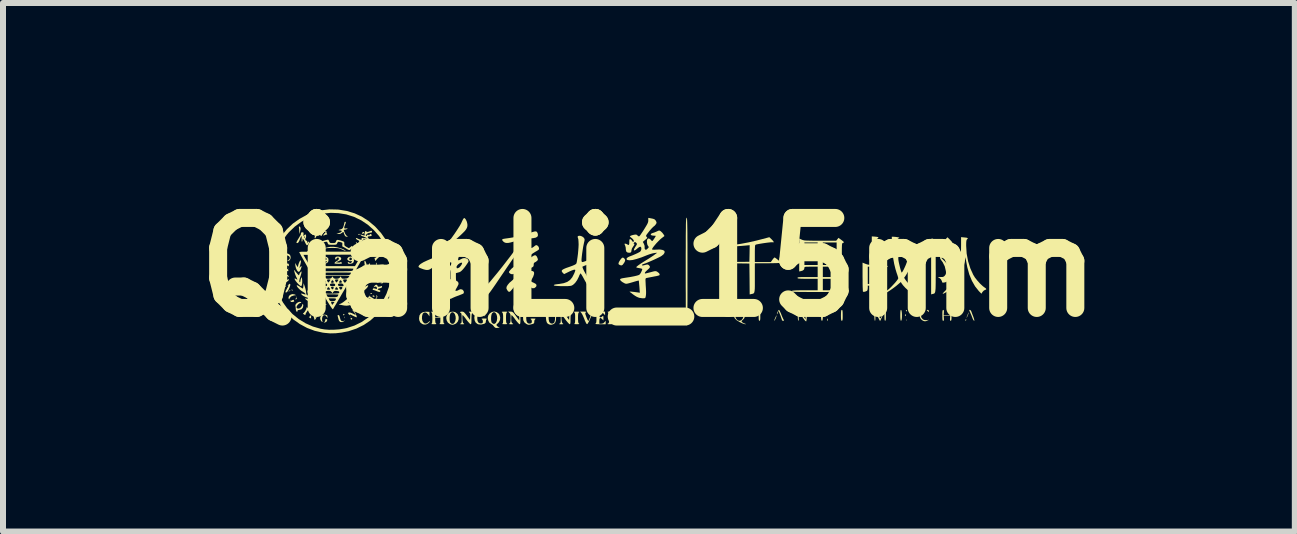
<source format=kicad_pcb>
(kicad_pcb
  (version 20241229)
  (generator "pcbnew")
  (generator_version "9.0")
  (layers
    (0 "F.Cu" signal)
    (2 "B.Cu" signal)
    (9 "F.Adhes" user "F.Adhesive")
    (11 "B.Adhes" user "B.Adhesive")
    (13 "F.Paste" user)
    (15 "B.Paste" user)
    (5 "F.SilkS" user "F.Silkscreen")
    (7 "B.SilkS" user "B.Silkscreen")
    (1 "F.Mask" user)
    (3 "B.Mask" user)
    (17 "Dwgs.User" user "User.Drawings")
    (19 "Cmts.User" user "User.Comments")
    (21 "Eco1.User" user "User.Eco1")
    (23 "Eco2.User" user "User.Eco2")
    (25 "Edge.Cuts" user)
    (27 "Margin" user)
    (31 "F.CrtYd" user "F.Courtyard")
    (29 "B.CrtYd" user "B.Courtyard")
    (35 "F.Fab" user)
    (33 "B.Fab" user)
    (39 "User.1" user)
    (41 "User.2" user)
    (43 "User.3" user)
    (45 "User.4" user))
  (footprint "QianLi_15mm"
    (layer "F.Cu")
    (at 7.764 1.404)
    (property "Reference" "QianLi_15mm" (at 0 0 0) (layer "F.SilkS") (effects (font (size 1.5 1.5) (thickness 0.3))))
    (attr board_only exclude_from_pos_files exclude_from_bom)
    (fp_poly (pts (xy -6.076 0.35) (xy -6.081 0.355) (xy -6.086 0.35) (xy -6.081 0.346)) (stroke (width 0) (type solid)) (fill yes) (layer "F.SilkS"))
    (fp_poly (pts (xy -6 0.014) (xy -6.004 0.019) (xy -6.009 0.014) (xy -6.004 0.01)) (stroke (width 0) (type solid)) (fill yes) (layer "F.SilkS"))
    (fp_poly (pts (xy -5.875 0.485) (xy -5.88 0.49) (xy -5.884 0.485) (xy -5.88 0.48)) (stroke (width 0) (type solid)) (fill yes) (layer "F.SilkS"))
    (fp_poly (pts (xy -5.616 0.773) (xy -5.62 0.778) (xy -5.625 0.773) (xy -5.62 0.768)) (stroke (width 0) (type solid)) (fill yes) (layer "F.SilkS"))
    (fp_poly (pts (xy -4.972 0.821) (xy -4.977 0.826) (xy -4.982 0.821) (xy -4.977 0.816)) (stroke (width 0) (type solid)) (fill yes) (layer "F.SilkS"))
    (fp_poly (pts (xy -4.685 0.59) (xy -4.689 0.595) (xy -4.694 0.59) (xy -4.689 0.586)) (stroke (width 0) (type solid)) (fill yes) (layer "F.SilkS"))
    (fp_poly (pts (xy -4.646 0.466) (xy -4.651 0.47) (xy -4.656 0.466) (xy -4.651 0.461)) (stroke (width 0) (type solid)) (fill yes) (layer "F.SilkS"))
    (fp_poly (pts (xy -5.072 0.823) (xy -5.07 0.843) (xy -5.072 0.847) (xy -5.075 0.848) (xy -5.077 0.835) (xy -5.075 0.822)) (stroke (width 0) (type solid)) (fill yes) (layer "F.SilkS"))
    (fp_poly (pts (xy -4.544 -0.208) (xy -4.545 -0.202) (xy -4.55 -0.202) (xy -4.558 -0.205) (xy -4.557 -0.208) (xy -4.545 -0.209)) (stroke (width 0) (type solid)) (fill yes) (layer "F.SilkS"))
    (fp_poly (pts (xy 4.297 0.872) (xy 4.299 0.887) (xy 4.297 0.89) (xy 4.292 0.887) (xy 4.292 0.878) (xy 4.294 0.867)) (stroke (width 0) (type solid)) (fill yes) (layer "F.SilkS"))
    (fp_poly (pts (xy -6.086 -0.147) (xy -6.083 -0.14) (xy -6.08 -0.126) (xy -6.087 -0.129) (xy -6.091 -0.135) (xy -6.094 -0.148) (xy -6.093 -0.15)) (stroke (width 0) (type solid)) (fill yes) (layer "F.SilkS"))
    (fp_poly (pts (xy -5.943 0.373) (xy -5.939 0.379) (xy -5.935 0.392) (xy -5.941 0.39) (xy -5.95 0.385) (xy -5.957 0.375) (xy -5.954 0.371)) (stroke (width 0) (type solid)) (fill yes) (layer "F.SilkS"))
    (fp_poly (pts (xy -5.866 0.515) (xy -5.874 0.531) (xy -5.884 0.538) (xy -5.89 0.532) (xy -5.884 0.518) (xy -5.874 0.504) (xy -5.868 0.503)) (stroke (width 0) (type solid)) (fill yes) (layer "F.SilkS"))
    (fp_poly (pts (xy -5.079 0.779) (xy -5.074 0.788) (xy -5.077 0.795) (xy -5.086 0.803) (xy -5.092 0.797) (xy -5.095 0.783) (xy -5.084 0.778)) (stroke (width 0) (type solid)) (fill yes) (layer "F.SilkS"))
    (fp_poly (pts (xy 4.3 0.722) (xy 4.298 0.731) (xy 4.293 0.738) (xy 4.287 0.731) (xy 4.283 0.717) (xy 4.285 0.713) (xy 4.295 0.711)) (stroke (width 0) (type solid)) (fill yes) (layer "F.SilkS"))
    (fp_poly (pts (xy -5.974 0.388) (xy -5.98 0.394) (xy -5.998 0.402) (xy -6.004 0.403) (xy -6.006 0.399) (xy -6 0.394) (xy -5.982 0.385) (xy -5.976 0.384)) (stroke (width 0) (type solid)) (fill yes) (layer "F.SilkS"))
    (fp_poly (pts (xy -5.454 -0.617) (xy -5.452 -0.61) (xy -5.457 -0.597) (xy -5.462 -0.595) (xy -5.471 -0.602) (xy -5.472 -0.604) (xy -5.465 -0.617) (xy -5.462 -0.619)) (stroke (width 0) (type solid)) (fill yes) (layer "F.SilkS"))
    (fp_poly (pts (xy -4.959 0.844) (xy -4.953 0.847) (xy -4.942 0.858) (xy -4.946 0.866) (xy -4.962 0.873) (xy -4.969 0.864) (xy -4.97 0.855) (xy -4.969 0.842)) (stroke (width 0) (type solid)) (fill yes) (layer "F.SilkS"))
    (fp_poly (pts (xy -4.819 -0.549) (xy -4.819 -0.547) (xy -4.827 -0.539) (xy -4.834 -0.538) (xy -4.844 -0.542) (xy -4.843 -0.547) (xy -4.831 -0.556) (xy -4.828 -0.557)) (stroke (width 0) (type solid)) (fill yes) (layer "F.SilkS"))
    (fp_poly (pts (xy -4.613 0.43) (xy -4.617 0.44) (xy -4.627 0.444) (xy -4.642 0.447) (xy -4.646 0.447) (xy -4.639 0.437) (xy -4.625 0.43) (xy -4.614 0.429)) (stroke (width 0) (type solid)) (fill yes) (layer "F.SilkS"))
    (fp_poly (pts (xy -4.587 -0.223) (xy -4.579 -0.211) (xy -4.58 -0.207) (xy -4.59 -0.207) (xy -4.592 -0.208) (xy -4.598 -0.223) (xy -4.598 -0.224) (xy -4.593 -0.228)) (stroke (width 0) (type solid)) (fill yes) (layer "F.SilkS"))
    (fp_poly (pts (xy -4.533 0.014) (xy -4.519 0.029) (xy -4.517 0.031) (xy -4.517 0.037) (xy -4.525 0.038) (xy -4.538 0.031) (xy -4.54 0.022) (xy -4.537 0.012)) (stroke (width 0) (type solid)) (fill yes) (layer "F.SilkS"))
    (fp_poly (pts (xy 2.985 0.862) (xy 2.985 0.874) (xy 2.982 0.889) (xy 2.977 0.893) (xy 2.972 0.885) (xy 2.973 0.874) (xy 2.979 0.858) (xy 2.982 0.854)) (stroke (width 0) (type solid)) (fill yes) (layer "F.SilkS"))
    (fp_poly (pts (xy 4.281 0.79) (xy 4.281 0.794) (xy 4.279 0.813) (xy 4.272 0.814) (xy 4.268 0.808) (xy 4.268 0.795) (xy 4.272 0.787) (xy 4.279 0.78)) (stroke (width 0) (type solid)) (fill yes) (layer "F.SilkS"))
    (fp_poly (pts (xy 5.289 0.872) (xy 5.289 0.878) (xy 5.284 0.891) (xy 5.28 0.893) (xy 5.275 0.886) (xy 5.276 0.878) (xy 5.283 0.866) (xy 5.285 0.864)) (stroke (width 0) (type solid)) (fill yes) (layer "F.SilkS"))
    (fp_poly (pts (xy -4.746 -0.587) (xy -4.742 -0.577) (xy -4.752 -0.565) (xy -4.757 -0.563) (xy -4.774 -0.557) (xy -4.78 -0.562) (xy -4.78 -0.57) (xy -4.772 -0.583) (xy -4.761 -0.588)) (stroke (width 0) (type solid)) (fill yes) (layer "F.SilkS"))
    (fp_poly (pts (xy -4.694 0.551) (xy -4.697 0.569) (xy -4.702 0.575) (xy -4.703 0.568) (xy -4.709 0.561) (xy -4.716 0.563) (xy -4.72 0.563) (xy -4.714 0.553) (xy -4.701 0.544)) (stroke (width 0) (type solid)) (fill yes) (layer "F.SilkS"))
    (fp_poly (pts (xy -4.587 0.471) (xy -4.586 0.471) (xy -4.572 0.48) (xy -4.569 0.484) (xy -4.577 0.489) (xy -4.586 0.492) (xy -4.601 0.49) (xy -4.604 0.479) (xy -4.6 0.468)) (stroke (width 0) (type solid)) (fill yes) (layer "F.SilkS"))
    (fp_poly (pts (xy 4.662 0.717) (xy 4.665 0.73) (xy 4.665 0.744) (xy 4.66 0.745) (xy 4.647 0.732) (xy 4.644 0.729) (xy 4.633 0.715) (xy 4.635 0.711) (xy 4.646 0.71)) (stroke (width 0) (type solid)) (fill yes) (layer "F.SilkS"))
    (fp_poly (pts (xy -6.044 0.314) (xy -6.056 0.321) (xy -6.059 0.323) (xy -6.081 0.334) (xy -6.092 0.334) (xy -6.098 0.324) (xy -6.094 0.315) (xy -6.071 0.311) (xy -6.07 0.311) (xy -6.048 0.311)) (stroke (width 0) (type solid)) (fill yes) (layer "F.SilkS"))
    (fp_poly (pts (xy -4.504 0.164) (xy -4.507 0.169) (xy -4.517 0.175) (xy -4.535 0.188) (xy -4.544 0.196) (xy -4.548 0.198) (xy -4.546 0.189) (xy -4.541 0.172) (xy -4.541 0.167) (xy -4.532 0.164) (xy -4.519 0.163)) (stroke (width 0) (type solid)) (fill yes) (layer "F.SilkS"))
    (fp_poly (pts (xy -4.429 0.243) (xy -4.434 0.26) (xy -4.435 0.265) (xy -4.443 0.268) (xy -4.457 0.268) (xy -4.472 0.268) (xy -4.469 0.263) (xy -4.459 0.257) (xy -4.44 0.244) (xy -4.432 0.236) (xy -4.427 0.234)) (stroke (width 0) (type solid)) (fill yes) (layer "F.SilkS"))
    (fp_poly (pts (xy -5.813 -0.671) (xy -5.809 -0.664) (xy -5.805 -0.64) (xy -5.811 -0.603) (xy -5.812 -0.599) (xy -5.825 -0.552) (xy -5.826 -0.602) (xy -5.828 -0.633) (xy -5.831 -0.658) (xy -5.833 -0.666) (xy -5.833 -0.679) (xy -5.825 -0.68)) (stroke (width 0) (type solid)) (fill yes) (layer "F.SilkS"))
    (fp_poly (pts (xy 2.127 0.811) (xy 2.121 0.832) (xy 2.111 0.857) (xy 2.101 0.879) (xy 2.093 0.892) (xy 2.091 0.893) (xy 2.091 0.885) (xy 2.097 0.864) (xy 2.105 0.845) (xy 2.117 0.819) (xy 2.125 0.803) (xy 2.128 0.8)) (stroke (width 0) (type solid)) (fill yes) (layer "F.SilkS"))
    (fp_poly (pts (xy 5.331 0.758) (xy 5.323 0.782) (xy 5.311 0.813) (xy 5.307 0.821) (xy 5.298 0.838) (xy 5.294 0.841) (xy 5.295 0.835) (xy 5.304 0.811) (xy 5.316 0.781) (xy 5.319 0.773) (xy 5.329 0.755) (xy 5.332 0.752)) (stroke (width 0) (type solid)) (fill yes) (layer "F.SilkS"))
    (fp_poly (pts (xy -5.908 0.452) (xy -5.88 0.464) (xy -5.915 0.47) (xy -5.957 0.484) (xy -5.983 0.509) (xy -5.989 0.522) (xy -5.996 0.535) (xy -6.001 0.529) (xy -6.003 0.525) (xy -6.005 0.497) (xy -5.992 0.472) (xy -5.968 0.455) (xy -5.939 0.447)) (stroke (width 0) (type solid)) (fill yes) (layer "F.SilkS"))
    (fp_poly (pts (xy -5.629 0.797) (xy -5.629 0.818) (xy -5.629 0.819) (xy -5.63 0.842) (xy -5.63 0.853) (xy -5.63 0.854) (xy -5.637 0.85) (xy -5.654 0.84) (xy -5.668 0.83) (xy -5.664 0.826) (xy -5.663 0.826) (xy -5.647 0.818) (xy -5.638 0.804) (xy -5.632 0.793)) (stroke (width 0) (type solid)) (fill yes) (layer "F.SilkS"))
    (fp_poly (pts (xy -5.361 0.867) (xy -5.361 0.881) (xy -5.362 0.886) (xy -5.376 0.911) (xy -5.4 0.92) (xy -5.409 0.92) (xy -5.422 0.919) (xy -5.415 0.916) (xy -5.412 0.915) (xy -5.397 0.902) (xy -5.393 0.877) (xy -5.394 0.871) (xy -5.387 0.865) (xy -5.375 0.864)) (stroke (width 0) (type solid)) (fill yes) (layer "F.SilkS"))
    (fp_poly (pts (xy -5.92 0.545) (xy -5.914 0.555) (xy -5.91 0.569) (xy -5.916 0.573) (xy -5.935 0.577) (xy -5.943 0.58) (xy -5.961 0.578) (xy -5.976 0.564) (xy -5.985 0.553) (xy -5.983 0.553) (xy -5.981 0.554) (xy -5.967 0.56) (xy -5.948 0.552) (xy -5.946 0.551) (xy -5.929 0.542)) (stroke (width 0) (type solid)) (fill yes) (layer "F.SilkS"))
    (fp_poly (pts (xy -6.039 0.121) (xy -6.021 0.13) (xy -6.005 0.145) (xy -6 0.156) (xy -6.006 0.159) (xy -6.018 0.154) (xy -6.051 0.145) (xy -6.085 0.152) (xy -6.098 0.158) (xy -6.116 0.166) (xy -6.124 0.164) (xy -6.124 0.158) (xy -6.116 0.142) (xy -6.097 0.126) (xy -6.072 0.116) (xy -6.062 0.115)) (stroke (width 0) (type solid)) (fill yes) (layer "F.SilkS"))
    (fp_poly (pts (xy -6 0.201) (xy -6 0.206) (xy -6.008 0.223) (xy -6.027 0.238) (xy -6.052 0.248) (xy -6.062 0.25) (xy -6.085 0.244) (xy -6.103 0.235) (xy -6.119 0.22) (xy -6.124 0.209) (xy -6.118 0.206) (xy -6.106 0.211) (xy -6.074 0.22) (xy -6.039 0.213) (xy -6.026 0.207) (xy -6.008 0.199)) (stroke (width 0) (type solid)) (fill yes) (layer "F.SilkS"))
    (fp_poly (pts (xy -0.424 -0.158) (xy -0.409 -0.146) (xy -0.397 -0.127) (xy -0.396 -0.108) (xy -0.407 -0.083) (xy -0.419 -0.065) (xy -0.437 -0.041) (xy -0.453 -0.031) (xy -0.472 -0.033) (xy -0.487 -0.039) (xy -0.503 -0.049) (xy -0.507 -0.065) (xy -0.498 -0.089) (xy -0.479 -0.12) (xy -0.457 -0.148) (xy -0.44 -0.161)) (stroke (width 0) (type solid)) (fill yes) (layer "F.SilkS"))
    (fp_poly (pts (xy 4.209 0.719) (xy 4.214 0.744) (xy 4.217 0.779) (xy 4.217 0.822) (xy 4.216 0.847) (xy 4.212 0.876) (xy 4.205 0.891) (xy 4.202 0.893) (xy 4.196 0.886) (xy 4.192 0.863) (xy 4.19 0.824) (xy 4.19 0.802) (xy 4.191 0.753) (xy 4.194 0.723) (xy 4.199 0.711) (xy 4.201 0.71)) (stroke (width 0) (type solid)) (fill yes) (layer "F.SilkS"))
    (fp_poly (pts (xy -4.511 0.078) (xy -4.481 0.084) (xy -4.449 0.085) (xy -4.426 0.084) (xy -4.417 0.09) (xy -4.416 0.097) (xy -4.419 0.106) (xy -4.432 0.112) (xy -4.457 0.115) (xy -4.478 0.117) (xy -4.512 0.118) (xy -4.53 0.117) (xy -4.538 0.112) (xy -4.54 0.101) (xy -4.541 0.094) (xy -4.539 0.077) (xy -4.531 0.073)) (stroke (width 0) (type solid)) (fill yes) (layer "F.SilkS"))
    (fp_poly (pts (xy -2.219 -0.002) (xy -2.214 0.022) (xy -2.214 0.023) (xy -2.215 0.062) (xy -2.229 0.092) (xy -2.252 0.111) (xy -2.281 0.117) (xy -2.307 0.109) (xy -2.325 0.095) (xy -2.333 0.081) (xy -2.326 0.066) (xy -2.308 0.044) (xy -2.285 0.02) (xy -2.261 0.000421) (xy -2.241 -0.011) (xy -2.239 -0.012) (xy -2.226 -0.012)) (stroke (width 0) (type solid)) (fill yes) (layer "F.SilkS"))
    (fp_poly (pts (xy -4.823 0.661) (xy -4.823 0.662) (xy -4.822 0.675) (xy -4.811 0.697) (xy -4.796 0.72) (xy -4.777 0.746) (xy -4.769 0.762) (xy -4.771 0.771) (xy -4.78 0.777) (xy -4.78 0.777) (xy -4.794 0.781) (xy -4.802 0.77) (xy -4.803 0.765) (xy -4.813 0.745) (xy -4.831 0.72) (xy -4.837 0.713) (xy -4.865 0.682) (xy -4.841 0.667) (xy -4.826 0.659)) (stroke (width 0) (type solid)) (fill yes) (layer "F.SilkS"))
    (fp_poly (pts (xy -5.162 0.802) (xy -5.154 0.82) (xy -5.149 0.841) (xy -5.137 0.879) (xy -5.12 0.898) (xy -5.098 0.9) (xy -5.085 0.894) (xy -5.071 0.885) (xy -5.07 0.888) (xy -5.076 0.895) (xy -5.102 0.913) (xy -5.134 0.914) (xy -5.143 0.911) (xy -5.161 0.896) (xy -5.17 0.876) (xy -5.178 0.845) (xy -5.184 0.823) (xy -5.188 0.804) (xy -5.182 0.797) (xy -5.175 0.797)) (stroke (width 0) (type solid)) (fill yes) (layer "F.SilkS"))
    (fp_poly (pts (xy 1.85 0.714) (xy 1.854 0.726) (xy 1.857 0.749) (xy 1.857 0.788) (xy 1.857 0.802) (xy 1.857 0.845) (xy 1.855 0.873) (xy 1.851 0.887) (xy 1.845 0.893) (xy 1.843 0.893) (xy 1.836 0.889) (xy 1.832 0.878) (xy 1.83 0.854) (xy 1.829 0.815) (xy 1.829 0.802) (xy 1.829 0.758) (xy 1.831 0.731) (xy 1.835 0.716) (xy 1.841 0.711) (xy 1.843 0.71)) (stroke (width 0) (type solid)) (fill yes) (layer "F.SilkS"))
    (fp_poly (pts (xy 2.893 0.712) (xy 2.899 0.718) (xy 2.902 0.732) (xy 2.902 0.759) (xy 2.901 0.801) (xy 2.901 0.802) (xy 2.899 0.846) (xy 2.895 0.875) (xy 2.89 0.889) (xy 2.885 0.893) (xy 2.878 0.888) (xy 2.873 0.871) (xy 2.87 0.84) (xy 2.868 0.802) (xy 2.867 0.759) (xy 2.868 0.732) (xy 2.87 0.718) (xy 2.876 0.712) (xy 2.884 0.71) (xy 2.885 0.71)) (stroke (width 0) (type solid)) (fill yes) (layer "F.SilkS"))
    (fp_poly (pts (xy 3.223 0.714) (xy 3.227 0.726) (xy 3.229 0.749) (xy 3.23 0.788) (xy 3.23 0.802) (xy 3.23 0.845) (xy 3.228 0.873) (xy 3.224 0.887) (xy 3.218 0.893) (xy 3.216 0.893) (xy 3.209 0.889) (xy 3.205 0.878) (xy 3.202 0.854) (xy 3.201 0.815) (xy 3.201 0.802) (xy 3.202 0.758) (xy 3.204 0.731) (xy 3.208 0.716) (xy 3.214 0.711) (xy 3.216 0.71)) (stroke (width 0) (type solid)) (fill yes) (layer "F.SilkS"))
    (fp_poly (pts (xy 4.21 -0.467) (xy 4.232 -0.458) (xy 4.259 -0.445) (xy 4.303 -0.418) (xy 4.334 -0.387) (xy 4.353 -0.356) (xy 4.356 -0.327) (xy 4.343 -0.303) (xy 4.321 -0.289) (xy 4.301 -0.293) (xy 4.294 -0.3) (xy 4.284 -0.317) (xy 4.273 -0.342) (xy 4.272 -0.343) (xy 4.259 -0.369) (xy 4.24 -0.401) (xy 4.228 -0.419) (xy 4.211 -0.444) (xy 4.201 -0.463) (xy 4.2 -0.469)) (stroke (width 0) (type solid)) (fill yes) (layer "F.SilkS"))
    (fp_poly (pts (xy 5.363 0.718) (xy 5.374 0.737) (xy 5.382 0.759) (xy 5.394 0.792) (xy 5.408 0.828) (xy 5.42 0.865) (xy 5.425 0.886) (xy 5.421 0.893) (xy 5.42 0.893) (xy 5.411 0.884) (xy 5.399 0.863) (xy 5.391 0.842) (xy 5.377 0.805) (xy 5.361 0.768) (xy 5.355 0.754) (xy 5.343 0.728) (xy 5.339 0.715) (xy 5.341 0.711) (xy 5.351 0.71) (xy 5.351 0.71)) (stroke (width 0) (type solid)) (fill yes) (layer "F.SilkS"))
    (fp_poly (pts (xy -4.744 0.616) (xy -4.725 0.624) (xy -4.696 0.637) (xy -4.681 0.642) (xy -4.676 0.637) (xy -4.679 0.623) (xy -4.679 0.622) (xy -4.679 0.615) (xy -4.673 0.625) (xy -4.669 0.633) (xy -4.662 0.655) (xy -4.661 0.67) (xy -4.662 0.672) (xy -4.674 0.672) (xy -4.699 0.665) (xy -4.73 0.653) (xy -4.73 0.653) (xy -4.762 0.638) (xy -4.778 0.628) (xy -4.781 0.62) (xy -4.778 0.616) (xy -4.764 0.611)) (stroke (width 0) (type solid)) (fill yes) (layer "F.SilkS"))
    (fp_poly (pts (xy -4.437 0.176) (xy -4.431 0.185) (xy -4.42 0.203) (xy -4.416 0.215) (xy -4.42 0.216) (xy -4.43 0.206) (xy -4.439 0.196) (xy -4.448 0.195) (xy -4.461 0.207) (xy -4.474 0.223) (xy -4.498 0.248) (xy -4.516 0.258) (xy -4.532 0.253) (xy -4.539 0.248) (xy -4.549 0.232) (xy -4.544 0.226) (xy -4.532 0.227) (xy -4.516 0.225) (xy -4.5 0.206) (xy -4.494 0.198) (xy -4.474 0.172) (xy -4.456 0.165)) (stroke (width 0) (type solid)) (fill yes) (layer "F.SilkS"))
    (fp_poly (pts (xy -5.976 0.285) (xy -5.977 0.302) (xy -5.985 0.328) (xy -5.998 0.36) (xy -6.013 0.389) (xy -6.028 0.41) (xy -6.033 0.415) (xy -6.05 0.422) (xy -6.057 0.414) (xy -6.057 0.412) (xy -6.053 0.398) (xy -6.041 0.374) (xy -6.028 0.349) (xy -6.012 0.321) (xy -6.007 0.306) (xy -6.01 0.302) (xy -6.016 0.303) (xy -6.026 0.306) (xy -6.02 0.301) (xy -6.014 0.297) (xy -5.996 0.284) (xy -5.989 0.276) (xy -5.982 0.276)) (stroke (width 0) (type solid)) (fill yes) (layer "F.SilkS"))
    (fp_poly (pts (xy -5.57 -0.17) (xy -5.568 -0.147) (xy -5.568 -0.127) (xy -5.566 -0.089) (xy -5.56 -0.068) (xy -5.556 -0.064) (xy -5.556 -0.061) (xy -5.572 -0.059) (xy -5.582 -0.058) (xy -5.605 -0.059) (xy -5.612 -0.063) (xy -5.608 -0.069) (xy -5.6 -0.086) (xy -5.596 -0.112) (xy -5.596 -0.115) (xy -5.599 -0.141) (xy -5.607 -0.16) (xy -5.608 -0.161) (xy -5.614 -0.171) (xy -5.609 -0.173) (xy -5.591 -0.176) (xy -5.583 -0.179) (xy -5.574 -0.179)) (stroke (width 0) (type solid)) (fill yes) (layer "F.SilkS"))
    (fp_poly (pts (xy -5.393 0.791) (xy -5.391 0.791) (xy -5.368 0.798) (xy -5.358 0.809) (xy -5.357 0.824) (xy -5.357 0.85) (xy -5.369 0.826) (xy -5.387 0.804) (xy -5.41 0.798) (xy -5.428 0.806) (xy -5.441 0.827) (xy -5.447 0.856) (xy -5.446 0.884) (xy -5.442 0.894) (xy -5.438 0.909) (xy -5.443 0.912) (xy -5.455 0.904) (xy -5.467 0.888) (xy -5.478 0.859) (xy -5.475 0.828) (xy -5.46 0.803) (xy -5.447 0.795) (xy -5.423 0.79)) (stroke (width 0) (type solid)) (fill yes) (layer "F.SilkS"))
    (fp_poly (pts (xy -4.537 -0.069) (xy -4.538 -0.053) (xy -4.539 -0.035) (xy -4.53 -0.033) (xy -4.53 -0.033) (xy -4.513 -0.036) (xy -4.485 -0.04) (xy -4.466 -0.043) (xy -4.437 -0.045) (xy -4.421 -0.044) (xy -4.416 -0.037) (xy -4.416 -0.032) (xy -4.42 -0.021) (xy -4.435 -0.014) (xy -4.461 -0.012) (xy -4.492 -0.009) (xy -4.516 -0.006) (xy -4.523 -0.004) (xy -4.537 -0.008) (xy -4.544 -0.021) (xy -4.549 -0.051) (xy -4.548 -0.071) (xy -4.542 -0.077)) (stroke (width 0) (type solid)) (fill yes) (layer "F.SilkS"))
    (fp_poly (pts (xy -5.992 -0.215) (xy -5.976 -0.195) (xy -5.97 -0.168) (xy -5.974 -0.14) (xy -5.986 -0.118) (xy -6.006 -0.106) (xy -6.012 -0.106) (xy -6.026 -0.106) (xy -6.024 -0.11) (xy -6.009 -0.118) (xy -5.988 -0.137) (xy -5.983 -0.159) (xy -5.995 -0.181) (xy -6.001 -0.186) (xy -6.033 -0.2) (xy -6.064 -0.198) (xy -6.088 -0.182) (xy -6.089 -0.18) (xy -6.1 -0.166) (xy -6.101 -0.168) (xy -6.099 -0.178) (xy -6.08 -0.21) (xy -6.053 -0.228) (xy -6.021 -0.229)) (stroke (width 0) (type solid)) (fill yes) (layer "F.SilkS"))
    (fp_poly (pts (xy -5.696 0.671) (xy -5.68 0.678) (xy -5.663 0.689) (xy -5.66 0.697) (xy -5.661 0.698) (xy -5.674 0.708) (xy -5.69 0.727) (xy -5.706 0.751) (xy -5.719 0.772) (xy -5.725 0.788) (xy -5.724 0.791) (xy -5.722 0.797) (xy -5.731 0.795) (xy -5.745 0.788) (xy -5.754 0.782) (xy -5.765 0.772) (xy -5.763 0.768) (xy -5.751 0.76) (xy -5.735 0.741) (xy -5.72 0.716) (xy -5.709 0.693) (xy -5.706 0.677) (xy -5.706 0.676) (xy -5.706 0.668)) (stroke (width 0) (type solid)) (fill yes) (layer "F.SilkS"))
    (fp_poly (pts (xy 4.582 0.714) (xy 4.57 0.727) (xy 4.566 0.73) (xy 4.543 0.76) (xy 4.534 0.797) (xy 4.541 0.836) (xy 4.545 0.843) (xy 4.568 0.87) (xy 4.601 0.882) (xy 4.639 0.88) (xy 4.67 0.875) (xy 4.641 0.888) (xy 4.616 0.899) (xy 4.596 0.9) (xy 4.573 0.893) (xy 4.564 0.889) (xy 4.535 0.866) (xy 4.516 0.831) (xy 4.512 0.797) (xy 4.518 0.772) (xy 4.533 0.746) (xy 4.552 0.723) (xy 4.571 0.711) (xy 4.576 0.71)) (stroke (width 0) (type solid)) (fill yes) (layer "F.SilkS"))
    (fp_poly (pts (xy -4.464 -0.222) (xy -4.461 -0.205) (xy -4.458 -0.198) (xy -4.459 -0.185) (xy -4.47 -0.182) (xy -4.488 -0.175) (xy -4.51 -0.158) (xy -4.532 -0.136) (xy -4.548 -0.115) (xy -4.552 -0.107) (xy -4.557 -0.106) (xy -4.564 -0.12) (xy -4.566 -0.128) (xy -4.572 -0.15) (xy -4.57 -0.158) (xy -4.565 -0.157) (xy -4.551 -0.161) (xy -4.534 -0.176) (xy -4.533 -0.177) (xy -4.517 -0.194) (xy -4.504 -0.202) (xy -4.504 -0.202) (xy -4.49 -0.208) (xy -4.479 -0.217) (xy -4.467 -0.225)) (stroke (width 0) (type solid)) (fill yes) (layer "F.SilkS"))
    (fp_poly (pts (xy 2.175 0.719) (xy 2.187 0.741) (xy 2.202 0.773) (xy 2.208 0.79) (xy 2.223 0.827) (xy 2.237 0.857) (xy 2.247 0.877) (xy 2.249 0.881) (xy 2.251 0.89) (xy 2.238 0.893) (xy 2.222 0.888) (xy 2.217 0.881) (xy 2.214 0.866) (xy 2.205 0.84) (xy 2.193 0.805) (xy 2.189 0.797) (xy 2.161 0.725) (xy 2.15 0.756) (xy 2.141 0.776) (xy 2.135 0.784) (xy 2.134 0.784) (xy 2.134 0.773) (xy 2.141 0.752) (xy 2.152 0.731) (xy 2.162 0.714) (xy 2.168 0.71)) (stroke (width 0) (type solid)) (fill yes) (layer "F.SilkS"))
    (fp_poly (pts (xy -5.799 -0.107) (xy -5.8 -0.082) (xy -5.81 -0.04) (xy -5.812 -0.033) (xy -5.826 0.014) (xy -5.807 -0.008) (xy -5.794 -0.02) (xy -5.788 -0.017) (xy -5.791 0.001) (xy -5.801 0.031) (xy -5.801 0.032) (xy -5.817 0.063) (xy -5.832 0.076) (xy -5.848 0.072) (xy -5.864 0.052) (xy -5.881 0.017) (xy -5.891 -0.023) (xy -5.891 -0.026) (xy -5.895 -0.072) (xy -5.873 -0.034) (xy -5.86 -0.012) (xy -5.853 -0.005) (xy -5.849 -0.013) (xy -5.848 -0.014) (xy -5.842 -0.041) (xy -5.832 -0.071) (xy -5.821 -0.096) (xy -5.811 -0.112) (xy -5.807 -0.115)) (stroke (width 0) (type solid)) (fill yes) (layer "F.SilkS"))
    (fp_poly (pts (xy -5.603 0.725) (xy -5.59 0.738) (xy -5.577 0.761) (xy -5.567 0.789) (xy -5.551 0.84) (xy -5.536 0.806) (xy -5.528 0.783) (xy -5.525 0.768) (xy -5.525 0.767) (xy -5.521 0.763) (xy -5.51 0.765) (xy -5.497 0.771) (xy -5.501 0.779) (xy -5.504 0.781) (xy -5.516 0.796) (xy -5.532 0.821) (xy -5.541 0.839) (xy -5.555 0.863) (xy -5.565 0.877) (xy -5.57 0.877) (xy -5.575 0.864) (xy -5.582 0.838) (xy -5.587 0.818) (xy -5.595 0.789) (xy -5.603 0.769) (xy -5.607 0.763) (xy -5.614 0.75) (xy -5.616 0.738) (xy -5.612 0.724)) (stroke (width 0) (type solid)) (fill yes) (layer "F.SilkS"))
    (fp_poly (pts (xy -4.729 -0.107) (xy -4.719 -0.089) (xy -4.708 -0.06) (xy -4.699 -0.024) (xy -4.692 0.005) (xy -4.67 -0.038) (xy -4.656 -0.062) (xy -4.649 -0.07) (xy -4.647 -0.063) (xy -4.647 -0.059) (xy -4.652 -0.019) (xy -4.667 0.025) (xy -4.687 0.06) (xy -4.688 0.062) (xy -4.709 0.087) (xy -4.729 0.055) (xy -4.745 0.027) (xy -4.756 -0.002) (xy -4.757 -0.005) (xy -4.763 -0.034) (xy -4.742 -0.01) (xy -4.729 0.005) (xy -4.725 0.004) (xy -4.728 -0.005) (xy -4.733 -0.026) (xy -4.738 -0.056) (xy -4.74 -0.071) (xy -4.741 -0.099) (xy -4.737 -0.11)) (stroke (width 0) (type solid)) (fill yes) (layer "F.SilkS"))
    (fp_poly (pts (xy -4.544 0.464) (xy -4.535 0.472) (xy -4.526 0.482) (xy -4.525 0.493) (xy -4.532 0.509) (xy -4.549 0.535) (xy -4.565 0.558) (xy -4.576 0.571) (xy -4.579 0.571) (xy -4.587 0.56) (xy -4.606 0.545) (xy -4.631 0.53) (xy -4.655 0.518) (xy -4.672 0.513) (xy -4.676 0.514) (xy -4.682 0.515) (xy -4.676 0.502) (xy -4.676 0.5) (xy -4.666 0.485) (xy -4.66 0.48) (xy -4.65 0.485) (xy -4.629 0.497) (xy -4.61 0.509) (xy -4.565 0.537) (xy -4.548 0.517) (xy -4.537 0.498) (xy -4.541 0.479) (xy -4.542 0.477) (xy -4.548 0.463)) (stroke (width 0) (type solid)) (fill yes) (layer "F.SilkS"))
    (fp_poly (pts (xy -4.906 0.717) (xy -4.905 0.725) (xy -4.901 0.742) (xy -4.891 0.768) (xy -4.886 0.778) (xy -4.871 0.811) (xy -4.868 0.83) (xy -4.874 0.835) (xy -4.886 0.83) (xy -4.909 0.819) (xy -4.936 0.806) (xy -4.966 0.791) (xy -4.981 0.786) (xy -4.986 0.789) (xy -4.985 0.794) (xy -4.985 0.801) (xy -4.995 0.792) (xy -4.999 0.787) (xy -5.012 0.77) (xy -5.013 0.762) (xy -5.002 0.755) (xy -4.982 0.754) (xy -4.95 0.765) (xy -4.936 0.772) (xy -4.886 0.797) (xy -4.902 0.763) (xy -4.916 0.742) (xy -4.931 0.73) (xy -4.933 0.729) (xy -4.943 0.728) (xy -4.936 0.721) (xy -4.934 0.72) (xy -4.915 0.711)) (stroke (width 0) (type solid)) (fill yes) (layer "F.SilkS"))
    (fp_poly (pts (xy -3.703 0.741) (xy -3.657 0.744) (xy -3.657 0.781) (xy -3.657 0.819) (xy -3.679 0.786) (xy -3.703 0.762) (xy -3.73 0.752) (xy -3.754 0.759) (xy -3.77 0.778) (xy -3.78 0.813) (xy -3.782 0.855) (xy -3.774 0.893) (xy -3.762 0.915) (xy -3.738 0.936) (xy -3.711 0.938) (xy -3.681 0.921) (xy -3.675 0.915) (xy -3.658 0.901) (xy -3.648 0.897) (xy -3.648 0.899) (xy -3.656 0.915) (xy -3.675 0.933) (xy -3.7 0.948) (xy -3.72 0.955) (xy -3.752 0.954) (xy -3.778 0.945) (xy -3.81 0.92) (xy -3.827 0.882) (xy -3.83 0.849) (xy -3.823 0.802) (xy -3.801 0.769) (xy -3.766 0.748) (xy -3.717 0.741)) (stroke (width 0) (type solid)) (fill yes) (layer "F.SilkS"))
    (fp_poly (pts (xy -3.072 -0.819) (xy -3.065 -0.814) (xy -3.048 -0.791) (xy -3.033 -0.757) (xy -3.025 -0.719) (xy -3.024 -0.702) (xy -3.026 -0.678) (xy -3.033 -0.656) (xy -3.046 -0.632) (xy -3.068 -0.604) (xy -3.1 -0.571) (xy -3.143 -0.53) (xy -3.197 -0.482) (xy -3.248 -0.438) (xy -3.296 -0.397) (xy -3.339 -0.361) (xy -3.377 -0.331) (xy -3.406 -0.309) (xy -3.425 -0.296) (xy -3.433 -0.293) (xy -3.431 -0.298) (xy -3.422 -0.311) (xy -3.403 -0.335) (xy -3.378 -0.368) (xy -3.349 -0.407) (xy -3.344 -0.413) (xy -3.287 -0.49) (xy -3.235 -0.563) (xy -3.19 -0.631) (xy -3.153 -0.689) (xy -3.127 -0.736) (xy -3.122 -0.748) (xy -3.104 -0.786) (xy -3.091 -0.809) (xy -3.081 -0.819)) (stroke (width 0) (type solid)) (fill yes) (layer "F.SilkS"))
    (fp_poly (pts (xy -2.374 0.74) (xy -2.36 0.743) (xy -2.361 0.748) (xy -2.364 0.75) (xy -2.372 0.757) (xy -2.377 0.772) (xy -2.38 0.797) (xy -2.381 0.837) (xy -2.381 0.845) (xy -2.38 0.887) (xy -2.378 0.914) (xy -2.373 0.93) (xy -2.365 0.939) (xy -2.364 0.94) (xy -2.359 0.945) (xy -2.369 0.948) (xy -2.396 0.949) (xy -2.405 0.949) (xy -2.432 0.948) (xy -2.446 0.946) (xy -2.445 0.944) (xy -2.437 0.939) (xy -2.432 0.928) (xy -2.43 0.907) (xy -2.429 0.871) (xy -2.429 0.852) (xy -2.429 0.809) (xy -2.432 0.781) (xy -2.436 0.764) (xy -2.444 0.753) (xy -2.445 0.753) (xy -2.452 0.745) (xy -2.448 0.742) (xy -2.429 0.74) (xy -2.405 0.74)) (stroke (width 0) (type solid)) (fill yes) (layer "F.SilkS"))
    (fp_poly (pts (xy -1.174 0.74) (xy -1.16 0.743) (xy -1.161 0.748) (xy -1.164 0.75) (xy -1.172 0.757) (xy -1.177 0.772) (xy -1.18 0.797) (xy -1.181 0.837) (xy -1.181 0.845) (xy -1.18 0.887) (xy -1.178 0.914) (xy -1.173 0.93) (xy -1.166 0.939) (xy -1.164 0.94) (xy -1.159 0.945) (xy -1.169 0.948) (xy -1.196 0.949) (xy -1.205 0.949) (xy -1.232 0.948) (xy -1.246 0.946) (xy -1.246 0.944) (xy -1.238 0.939) (xy -1.233 0.928) (xy -1.23 0.907) (xy -1.229 0.873) (xy -1.229 0.849) (xy -1.229 0.806) (xy -1.231 0.777) (xy -1.236 0.761) (xy -1.243 0.751) (xy -1.246 0.75) (xy -1.251 0.744) (xy -1.241 0.741) (xy -1.214 0.74) (xy -1.205 0.74)) (stroke (width 0) (type solid)) (fill yes) (layer "F.SilkS"))
    (fp_poly (pts (xy -0.195 0.74) (xy -0.181 0.743) (xy -0.182 0.748) (xy -0.185 0.75) (xy -0.193 0.757) (xy -0.198 0.772) (xy -0.201 0.797) (xy -0.202 0.837) (xy -0.202 0.845) (xy -0.201 0.887) (xy -0.199 0.914) (xy -0.194 0.93) (xy -0.186 0.939) (xy -0.185 0.94) (xy -0.18 0.945) (xy -0.19 0.948) (xy -0.217 0.949) (xy -0.226 0.949) (xy -0.253 0.948) (xy -0.267 0.946) (xy -0.266 0.944) (xy -0.258 0.939) (xy -0.253 0.928) (xy -0.251 0.907) (xy -0.25 0.871) (xy -0.25 0.852) (xy -0.25 0.809) (xy -0.253 0.781) (xy -0.257 0.764) (xy -0.265 0.753) (xy -0.266 0.753) (xy -0.273 0.745) (xy -0.269 0.742) (xy -0.25 0.74) (xy -0.226 0.74)) (stroke (width 0) (type solid)) (fill yes) (layer "F.SilkS"))
    (fp_poly (pts (xy -0.07 0.741) (xy 0.024 0.744) (xy 0.027 0.773) (xy 0.03 0.802) (xy 0.005 0.775) (xy -0.015 0.757) (xy -0.028 0.752) (xy -0.037 0.762) (xy -0.043 0.788) (xy -0.046 0.832) (xy -0.046 0.841) (xy -0.047 0.883) (xy -0.046 0.91) (xy -0.042 0.927) (xy -0.034 0.937) (xy -0.032 0.938) (xy -0.026 0.945) (xy -0.031 0.948) (xy -0.051 0.949) (xy -0.073 0.949) (xy -0.1 0.948) (xy -0.114 0.946) (xy -0.113 0.944) (xy -0.105 0.939) (xy -0.1 0.929) (xy -0.097 0.909) (xy -0.096 0.875) (xy -0.096 0.844) (xy -0.097 0.797) (xy -0.1 0.765) (xy -0.104 0.75) (xy -0.106 0.749) (xy -0.119 0.755) (xy -0.137 0.771) (xy -0.14 0.774) (xy -0.163 0.8) (xy -0.163 0.769) (xy -0.163 0.738)) (stroke (width 0) (type solid)) (fill yes) (layer "F.SilkS"))
    (fp_poly (pts (xy -5.801 0.579) (xy -5.793 0.586) (xy -5.796 0.593) (xy -5.805 0.595) (xy -5.825 0.602) (xy -5.847 0.62) (xy -5.865 0.643) (xy -5.873 0.663) (xy -5.873 0.669) (xy -5.862 0.685) (xy -5.842 0.689) (xy -5.818 0.683) (xy -5.8 0.669) (xy -5.784 0.647) (xy -5.776 0.626) (xy -5.776 0.626) (xy -5.773 0.611) (xy -5.767 0.612) (xy -5.761 0.625) (xy -5.76 0.644) (xy -5.768 0.676) (xy -5.791 0.7) (xy -5.822 0.71) (xy -5.826 0.71) (xy -5.848 0.714) (xy -5.857 0.728) (xy -5.857 0.731) (xy -5.861 0.745) (xy -5.869 0.742) (xy -5.872 0.737) (xy -5.882 0.716) (xy -5.884 0.7) (xy -5.886 0.672) (xy -5.89 0.651) (xy -5.891 0.628) (xy -5.878 0.608) (xy -5.871 0.601) (xy -5.848 0.584) (xy -5.822 0.576)) (stroke (width 0) (type solid)) (fill yes) (layer "F.SilkS"))
    (fp_poly (pts (xy -5.365 -0.169) (xy -5.346 -0.151) (xy -5.341 -0.138) (xy -5.34 -0.103) (xy -5.356 -0.077) (xy -5.385 -0.061) (xy -5.397 -0.059) (xy -5.421 -0.06) (xy -5.437 -0.066) (xy -5.438 -0.067) (xy -5.442 -0.08) (xy -5.432 -0.083) (xy -5.416 -0.076) (xy -5.398 -0.068) (xy -5.382 -0.075) (xy -5.381 -0.076) (xy -5.368 -0.092) (xy -5.369 -0.102) (xy -5.385 -0.103) (xy -5.386 -0.103) (xy -5.415 -0.101) (xy -5.438 -0.11) (xy -5.45 -0.127) (xy -5.451 -0.137) (xy -5.45 -0.139) (xy -5.422 -0.139) (xy -5.42 -0.129) (xy -5.408 -0.118) (xy -5.389 -0.116) (xy -5.375 -0.124) (xy -5.373 -0.127) (xy -5.373 -0.149) (xy -5.386 -0.162) (xy -5.395 -0.163) (xy -5.416 -0.156) (xy -5.422 -0.139) (xy -5.45 -0.139) (xy -5.439 -0.16) (xy -5.418 -0.173) (xy -5.391 -0.176)) (stroke (width 0) (type solid)) (fill yes) (layer "F.SilkS"))
    (fp_poly (pts (xy -5.166 -0.178) (xy -5.143 -0.169) (xy -5.129 -0.154) (xy -5.128 -0.143) (xy -5.131 -0.13) (xy -5.139 -0.12) (xy -5.156 -0.11) (xy -5.186 -0.096) (xy -5.188 -0.095) (xy -5.217 -0.082) (xy -5.18 -0.079) (xy -5.153 -0.079) (xy -5.137 -0.085) (xy -5.136 -0.087) (xy -5.128 -0.09) (xy -5.123 -0.082) (xy -5.117 -0.066) (xy -5.116 -0.062) (xy -5.125 -0.06) (xy -5.148 -0.058) (xy -5.179 -0.058) (xy -5.211 -0.059) (xy -5.233 -0.062) (xy -5.241 -0.066) (xy -5.233 -0.08) (xy -5.213 -0.097) (xy -5.19 -0.11) (xy -5.173 -0.124) (xy -5.166 -0.142) (xy -5.169 -0.157) (xy -5.182 -0.163) (xy -5.2 -0.155) (xy -5.206 -0.142) (xy -5.213 -0.128) (xy -5.222 -0.131) (xy -5.223 -0.132) (xy -5.23 -0.149) (xy -5.229 -0.157) (xy -5.214 -0.173) (xy -5.192 -0.179)) (stroke (width 0) (type solid)) (fill yes) (layer "F.SilkS"))
    (fp_poly (pts (xy 5.037 0.714) (xy 5.041 0.725) (xy 5.044 0.749) (xy 5.044 0.788) (xy 5.044 0.802) (xy 5.044 0.845) (xy 5.042 0.872) (xy 5.038 0.887) (xy 5.032 0.893) (xy 5.03 0.893) (xy 5.021 0.888) (xy 5.018 0.872) (xy 5.019 0.85) (xy 5.022 0.806) (xy 4.968 0.806) (xy 4.913 0.806) (xy 4.916 0.85) (xy 4.917 0.877) (xy 4.913 0.89) (xy 4.905 0.893) (xy 4.898 0.89) (xy 4.894 0.878) (xy 4.892 0.854) (xy 4.891 0.815) (xy 4.891 0.802) (xy 4.891 0.758) (xy 4.893 0.731) (xy 4.897 0.716) (xy 4.903 0.711) (xy 4.905 0.71) (xy 4.914 0.715) (xy 4.917 0.731) (xy 4.916 0.754) (xy 4.913 0.797) (xy 4.968 0.797) (xy 5.022 0.797) (xy 5.019 0.754) (xy 5.018 0.726) (xy 5.023 0.713) (xy 5.03 0.71)) (stroke (width 0) (type solid)) (fill yes) (layer "F.SilkS"))
    (fp_poly (pts (xy -4.943 -0.171) (xy -4.938 -0.168) (xy -4.921 -0.147) (xy -4.914 -0.117) (xy -4.92 -0.088) (xy -4.93 -0.073) (xy -4.948 -0.063) (xy -4.975 -0.058) (xy -5 -0.058) (xy -5.014 -0.064) (xy -5.02 -0.078) (xy -5.011 -0.086) (xy -5.007 -0.086) (xy -4.992 -0.079) (xy -4.989 -0.074) (xy -4.981 -0.067) (xy -4.967 -0.073) (xy -4.95 -0.087) (xy -4.946 -0.098) (xy -4.956 -0.102) (xy -4.965 -0.101) (xy -4.994 -0.103) (xy -5.01 -0.113) (xy -5.025 -0.128) (xy -5.026 -0.139) (xy -4.992 -0.139) (xy -4.989 -0.121) (xy -4.977 -0.116) (xy -4.97 -0.117) (xy -4.952 -0.126) (xy -4.948 -0.139) (xy -4.956 -0.156) (xy -4.97 -0.161) (xy -4.986 -0.16) (xy -4.991 -0.147) (xy -4.992 -0.139) (xy -5.026 -0.139) (xy -5.026 -0.143) (xy -5.022 -0.151) (xy -5.002 -0.171) (xy -4.973 -0.178)) (stroke (width 0) (type solid)) (fill yes) (layer "F.SilkS"))
    (fp_poly (pts (xy -3.227 0.748) (xy -3.196 0.771) (xy -3.184 0.787) (xy -3.17 0.827) (xy -3.171 0.869) (xy -3.186 0.907) (xy -3.213 0.937) (xy -3.231 0.946) (xy -3.26 0.957) (xy -3.282 0.958) (xy -3.308 0.95) (xy -3.319 0.945) (xy -3.349 0.923) (xy -3.369 0.888) (xy -3.374 0.864) (xy -3.321 0.864) (xy -3.318 0.898) (xy -3.311 0.921) (xy -3.309 0.923) (xy -3.286 0.942) (xy -3.262 0.943) (xy -3.242 0.927) (xy -3.226 0.896) (xy -3.225 0.892) (xy -3.219 0.853) (xy -3.222 0.816) (xy -3.232 0.785) (xy -3.247 0.762) (xy -3.266 0.75) (xy -3.286 0.751) (xy -3.306 0.769) (xy -3.306 0.77) (xy -3.315 0.793) (xy -3.32 0.827) (xy -3.321 0.864) (xy -3.374 0.864) (xy -3.377 0.847) (xy -3.375 0.826) (xy -3.361 0.788) (xy -3.335 0.76) (xy -3.301 0.744) (xy -3.263 0.74)) (stroke (width 0) (type solid)) (fill yes) (layer "F.SilkS"))
    (fp_poly (pts (xy -4.527 0.299) (xy -4.524 0.306) (xy -4.516 0.322) (xy -4.499 0.325) (xy -4.471 0.318) (xy -4.468 0.317) (xy -4.45 0.311) (xy -4.446 0.315) (xy -4.448 0.322) (xy -4.453 0.337) (xy -4.454 0.341) (xy -4.462 0.345) (xy -4.483 0.35) (xy -4.488 0.351) (xy -4.513 0.359) (xy -4.52 0.367) (xy -4.509 0.376) (xy -4.497 0.38) (xy -4.478 0.387) (xy -4.475 0.398) (xy -4.481 0.409) (xy -4.493 0.412) (xy -4.519 0.405) (xy -4.539 0.397) (xy -4.568 0.385) (xy -4.59 0.379) (xy -4.598 0.379) (xy -4.602 0.376) (xy -4.601 0.365) (xy -4.595 0.353) (xy -4.585 0.35) (xy -4.564 0.355) (xy -4.543 0.362) (xy -4.533 0.359) (xy -4.531 0.348) (xy -4.538 0.329) (xy -4.556 0.321) (xy -4.577 0.328) (xy -4.578 0.329) (xy -4.587 0.336) (xy -4.586 0.331) (xy -4.578 0.317) (xy -4.559 0.296) (xy -4.541 0.29)) (stroke (width 0) (type solid)) (fill yes) (layer "F.SilkS"))
    (fp_poly (pts (xy 3.787 0.72) (xy 3.804 0.746) (xy 3.821 0.782) (xy 3.836 0.816) (xy 3.848 0.841) (xy 3.857 0.853) (xy 3.858 0.854) (xy 3.864 0.846) (xy 3.875 0.824) (xy 3.89 0.793) (xy 3.894 0.785) (xy 3.913 0.742) (xy 3.928 0.718) (xy 3.939 0.713) (xy 3.946 0.726) (xy 3.949 0.758) (xy 3.95 0.801) (xy 3.949 0.847) (xy 3.947 0.876) (xy 3.942 0.89) (xy 3.938 0.893) (xy 3.931 0.886) (xy 3.927 0.864) (xy 3.926 0.825) (xy 3.926 0.818) (xy 3.925 0.744) (xy 3.889 0.821) (xy 3.853 0.898) (xy 3.813 0.821) (xy 3.773 0.744) (xy 3.775 0.818) (xy 3.775 0.857) (xy 3.773 0.883) (xy 3.768 0.893) (xy 3.768 0.893) (xy 3.763 0.884) (xy 3.76 0.858) (xy 3.758 0.82) (xy 3.758 0.802) (xy 3.759 0.759) (xy 3.76 0.731) (xy 3.764 0.717) (xy 3.77 0.711) (xy 3.774 0.71)) (stroke (width 0) (type solid)) (fill yes) (layer "F.SilkS"))
    (fp_poly (pts (xy 2.627 0.713) (xy 2.631 0.724) (xy 2.633 0.746) (xy 2.633 0.782) (xy 2.632 0.806) (xy 2.63 0.847) (xy 2.627 0.879) (xy 2.624 0.898) (xy 2.621 0.902) (xy 2.61 0.896) (xy 2.6 0.886) (xy 2.587 0.87) (xy 2.568 0.843) (xy 2.546 0.811) (xy 2.543 0.806) (xy 2.522 0.776) (xy 2.509 0.759) (xy 2.502 0.755) (xy 2.499 0.762) (xy 2.497 0.772) (xy 2.496 0.799) (xy 2.497 0.834) (xy 2.497 0.847) (xy 2.498 0.874) (xy 2.494 0.891) (xy 2.491 0.893) (xy 2.487 0.884) (xy 2.483 0.858) (xy 2.482 0.82) (xy 2.481 0.802) (xy 2.482 0.755) (xy 2.485 0.726) (xy 2.49 0.712) (xy 2.493 0.71) (xy 2.503 0.718) (xy 2.521 0.738) (xy 2.543 0.768) (xy 2.559 0.79) (xy 2.612 0.869) (xy 2.609 0.79) (xy 2.608 0.75) (xy 2.61 0.726) (xy 2.613 0.714) (xy 2.621 0.71) (xy 2.621 0.71)) (stroke (width 0) (type solid)) (fill yes) (layer "F.SilkS"))
    (fp_poly (pts (xy 0.092 0.739) (xy 0.123 0.74) (xy 0.136 0.743) (xy 0.134 0.748) (xy 0.132 0.749) (xy 0.123 0.757) (xy 0.122 0.767) (xy 0.129 0.785) (xy 0.137 0.802) (xy 0.15 0.827) (xy 0.16 0.842) (xy 0.163 0.845) (xy 0.171 0.837) (xy 0.184 0.818) (xy 0.191 0.806) (xy 0.204 0.78) (xy 0.206 0.763) (xy 0.201 0.753) (xy 0.197 0.744) (xy 0.205 0.74) (xy 0.227 0.739) (xy 0.25 0.74) (xy 0.257 0.743) (xy 0.25 0.751) (xy 0.244 0.756) (xy 0.219 0.782) (xy 0.199 0.815) (xy 0.183 0.851) (xy 0.174 0.886) (xy 0.173 0.916) (xy 0.179 0.937) (xy 0.19 0.944) (xy 0.19 0.946) (xy 0.175 0.948) (xy 0.149 0.949) (xy 0.118 0.949) (xy 0.104 0.946) (xy 0.106 0.942) (xy 0.108 0.94) (xy 0.121 0.922) (xy 0.123 0.893) (xy 0.114 0.857) (xy 0.095 0.818) (xy 0.069 0.778) (xy 0.055 0.761) (xy 0.035 0.739)) (stroke (width 0) (type solid)) (fill yes) (layer "F.SilkS"))
    (fp_poly (pts (xy -1.059 0.74) (xy -1.045 0.742) (xy -1.044 0.747) (xy -1.05 0.751) (xy -1.057 0.759) (xy -1.06 0.769) (xy -1.057 0.786) (xy -1.047 0.814) (xy -1.04 0.833) (xy -1.027 0.865) (xy -1.016 0.887) (xy -1.009 0.896) (xy -1.008 0.896) (xy -1.001 0.883) (xy -0.991 0.858) (xy -0.979 0.827) (xy -0.967 0.794) (xy -0.962 0.774) (xy -0.963 0.763) (xy -0.97 0.755) (xy -0.975 0.752) (xy -0.983 0.744) (xy -0.98 0.74) (xy -0.961 0.739) (xy -0.95 0.739) (xy -0.925 0.74) (xy -0.916 0.743) (xy -0.92 0.75) (xy -0.924 0.753) (xy -0.935 0.767) (xy -0.95 0.794) (xy -0.967 0.831) (xy -0.978 0.856) (xy -0.995 0.895) (xy -1.011 0.925) (xy -1.023 0.944) (xy -1.028 0.948) (xy -1.039 0.943) (xy -1.051 0.922) (xy -1.068 0.885) (xy -1.074 0.867) (xy -1.091 0.827) (xy -1.107 0.792) (xy -1.121 0.767) (xy -1.126 0.761) (xy -1.146 0.739) (xy -1.089 0.739)) (stroke (width 0) (type solid)) (fill yes) (layer "F.SilkS"))
    (fp_poly (pts (xy -6.116 -0.078) (xy -6.099 -0.068) (xy -6.065 -0.064) (xy -6.053 -0.063) (xy -6.023 -0.062) (xy -6.007 -0.059) (xy -6.001 -0.051) (xy -6 -0.035) (xy -6 -0.034) (xy -6.002 -0.017) (xy -6.006 -0.016) (xy -6.006 -0.017) (xy -6.018 -0.026) (xy -6.034 -0.029) (xy -6.051 -0.026) (xy -6.057 -0.012) (xy -6.057 0) (xy -6.055 0.021) (xy -6.044 0.028) (xy -6.033 0.029) (xy -6.014 0.033) (xy -6.009 0.048) (xy -6.01 0.063) (xy -6.012 0.066) (xy -6.022 0.064) (xy -6.045 0.06) (xy -6.067 0.057) (xy -6.097 0.054) (xy -6.119 0.053) (xy -6.127 0.054) (xy -6.132 0.05) (xy -6.134 0.034) (xy -6.132 0.018) (xy -6.123 0.015) (xy -6.109 0.019) (xy -6.084 0.027) (xy -6.071 0.025) (xy -6.067 0.009) (xy -6.067 0.001) (xy -6.074 -0.023) (xy -6.09 -0.036) (xy -6.111 -0.036) (xy -6.115 -0.034) (xy -6.121 -0.037) (xy -6.124 -0.057) (xy -6.124 -0.059) (xy -6.123 -0.079) (xy -6.118 -0.081)) (stroke (width 0) (type solid)) (fill yes) (layer "F.SilkS"))
    (fp_poly (pts (xy -0.73 0.769) (xy -0.73 0.8) (xy -0.753 0.774) (xy -0.777 0.756) (xy -0.801 0.749) (xy -0.816 0.75) (xy -0.823 0.759) (xy -0.825 0.78) (xy -0.826 0.792) (xy -0.822 0.823) (xy -0.81 0.836) (xy -0.792 0.831) (xy -0.776 0.819) (xy -0.765 0.811) (xy -0.76 0.814) (xy -0.758 0.831) (xy -0.758 0.845) (xy -0.758 0.887) (xy -0.778 0.866) (xy -0.8 0.847) (xy -0.815 0.846) (xy -0.823 0.863) (xy -0.826 0.893) (xy -0.826 0.941) (xy -0.793 0.941) (xy -0.762 0.935) (xy -0.74 0.915) (xy -0.72 0.89) (xy -0.72 0.92) (xy -0.72 0.95) (xy -0.814 0.95) (xy -0.857 0.949) (xy -0.883 0.947) (xy -0.893 0.944) (xy -0.89 0.94) (xy -0.882 0.932) (xy -0.877 0.917) (xy -0.874 0.891) (xy -0.874 0.851) (xy -0.874 0.848) (xy -0.874 0.805) (xy -0.877 0.778) (xy -0.882 0.762) (xy -0.89 0.753) (xy -0.896 0.747) (xy -0.891 0.743) (xy -0.874 0.741) (xy -0.842 0.74) (xy -0.818 0.739) (xy -0.73 0.739)) (stroke (width 0) (type solid)) (fill yes) (layer "F.SilkS"))
    (fp_poly (pts (xy -2.767 0.745) (xy -2.742 0.747) (xy -2.731 0.75) (xy -2.728 0.763) (xy -2.728 0.786) (xy -2.728 0.789) (xy -2.731 0.821) (xy -2.748 0.79) (xy -2.771 0.761) (xy -2.795 0.749) (xy -2.82 0.753) (xy -2.84 0.771) (xy -2.855 0.802) (xy -2.86 0.845) (xy -2.86 0.848) (xy -2.856 0.892) (xy -2.842 0.921) (xy -2.818 0.934) (xy -2.803 0.936) (xy -2.78 0.934) (xy -2.77 0.925) (xy -2.766 0.909) (xy -2.77 0.88) (xy -2.781 0.868) (xy -2.789 0.861) (xy -2.785 0.857) (xy -2.767 0.855) (xy -2.746 0.855) (xy -2.716 0.855) (xy -2.703 0.858) (xy -2.704 0.865) (xy -2.705 0.866) (xy -2.714 0.884) (xy -2.717 0.905) (xy -2.722 0.927) (xy -2.741 0.941) (xy -2.743 0.942) (xy -2.795 0.955) (xy -2.839 0.952) (xy -2.857 0.945) (xy -2.886 0.922) (xy -2.903 0.888) (xy -2.909 0.841) (xy -2.909 0.84) (xy -2.904 0.802) (xy -2.887 0.773) (xy -2.885 0.771) (xy -2.871 0.756) (xy -2.855 0.748) (xy -2.832 0.745) (xy -2.8 0.744)) (stroke (width 0) (type solid)) (fill yes) (layer "F.SilkS"))
    (fp_poly (pts (xy -1.688 0.739) (xy -1.659 0.74) (xy -1.647 0.743) (xy -1.648 0.748) (xy -1.653 0.753) (xy -1.663 0.77) (xy -1.669 0.8) (xy -1.671 0.837) (xy -1.669 0.874) (xy -1.662 0.905) (xy -1.655 0.919) (xy -1.633 0.937) (xy -1.605 0.939) (xy -1.58 0.926) (xy -1.58 0.926) (xy -1.571 0.906) (xy -1.565 0.875) (xy -1.563 0.838) (xy -1.566 0.801) (xy -1.571 0.771) (xy -1.581 0.753) (xy -1.581 0.753) (xy -1.59 0.745) (xy -1.585 0.741) (xy -1.565 0.74) (xy -1.556 0.739) (xy -1.53 0.74) (xy -1.521 0.743) (xy -1.524 0.75) (xy -1.53 0.757) (xy -1.54 0.778) (xy -1.545 0.813) (xy -1.546 0.833) (xy -1.549 0.883) (xy -1.559 0.918) (xy -1.577 0.94) (xy -1.596 0.95) (xy -1.624 0.958) (xy -1.645 0.958) (xy -1.666 0.951) (xy -1.688 0.938) (xy -1.702 0.918) (xy -1.711 0.886) (xy -1.716 0.84) (xy -1.716 0.837) (xy -1.72 0.8) (xy -1.724 0.77) (xy -1.729 0.752) (xy -1.73 0.751) (xy -1.732 0.744) (xy -1.72 0.74) (xy -1.692 0.739)) (stroke (width 0) (type solid)) (fill yes) (layer "F.SilkS"))
    (fp_poly (pts (xy 1.554 0.717) (xy 1.573 0.733) (xy 1.575 0.735) (xy 1.592 0.76) (xy 1.598 0.792) (xy 1.598 0.803) (xy 1.596 0.834) (xy 1.586 0.855) (xy 1.568 0.874) (xy 1.549 0.891) (xy 1.544 0.902) (xy 1.549 0.911) (xy 1.555 0.916) (xy 1.577 0.931) (xy 1.6 0.94) (xy 1.618 0.946) (xy 1.618 0.948) (xy 1.603 0.949) (xy 1.583 0.945) (xy 1.553 0.933) (xy 1.518 0.916) (xy 1.512 0.913) (xy 1.463 0.883) (xy 1.433 0.853) (xy 1.418 0.821) (xy 1.419 0.785) (xy 1.421 0.775) (xy 1.432 0.751) (xy 1.449 0.73) (xy 1.467 0.715) (xy 1.482 0.712) (xy 1.485 0.714) (xy 1.484 0.72) (xy 1.48 0.72) (xy 1.467 0.728) (xy 1.454 0.75) (xy 1.444 0.779) (xy 1.44 0.809) (xy 1.44 0.811) (xy 1.447 0.845) (xy 1.467 0.873) (xy 1.493 0.89) (xy 1.51 0.893) (xy 1.538 0.884) (xy 1.56 0.862) (xy 1.573 0.832) (xy 1.576 0.797) (xy 1.569 0.762) (xy 1.551 0.734) (xy 1.538 0.718) (xy 1.538 0.711) (xy 1.539 0.71)) (stroke (width 0) (type solid)) (fill yes) (layer "F.SilkS"))
    (fp_poly (pts (xy -5.052 -0.755) (xy -5.051 -0.744) (xy -5.058 -0.721) (xy -5.064 -0.707) (xy -5.076 -0.673) (xy -5.077 -0.653) (xy -5.068 -0.645) (xy -5.049 -0.647) (xy -5.029 -0.648) (xy -5.021 -0.644) (xy -5.02 -0.644) (xy -5.029 -0.637) (xy -5.049 -0.63) (xy -5.054 -0.629) (xy -5.087 -0.623) (xy -5.072 -0.583) (xy -5.059 -0.554) (xy -5.042 -0.53) (xy -5.037 -0.526) (xy -5.016 -0.509) (xy -5.038 -0.509) (xy -5.056 -0.515) (xy -5.071 -0.535) (xy -5.074 -0.542) (xy -5.083 -0.567) (xy -5.088 -0.584) (xy -5.088 -0.586) (xy -5.094 -0.588) (xy -5.11 -0.578) (xy -5.115 -0.574) (xy -5.141 -0.557) (xy -5.168 -0.554) (xy -5.175 -0.555) (xy -5.208 -0.56) (xy -5.177 -0.567) (xy -5.146 -0.577) (xy -5.126 -0.589) (xy -5.118 -0.601) (xy -5.124 -0.61) (xy -5.146 -0.614) (xy -5.147 -0.614) (xy -5.167 -0.616) (xy -5.17 -0.621) (xy -5.155 -0.627) (xy -5.135 -0.632) (xy -5.113 -0.641) (xy -5.099 -0.657) (xy -5.091 -0.677) (xy -5.082 -0.707) (xy -5.076 -0.732) (xy -5.076 -0.737) (xy -5.07 -0.754) (xy -5.062 -0.758)) (stroke (width 0) (type solid)) (fill yes) (layer "F.SilkS"))
    (fp_poly (pts (xy -5.905 0.048) (xy -5.902 0.054) (xy -5.887 0.075) (xy -5.868 0.098) (xy -5.85 0.119) (xy -5.836 0.132) (xy -5.832 0.134) (xy -5.827 0.127) (xy -5.827 0.121) (xy -5.821 0.105) (xy -5.808 0.085) (xy -5.795 0.07) (xy -5.79 0.07) (xy -5.789 0.082) (xy -5.792 0.101) (xy -5.8 0.131) (xy -5.808 0.154) (xy -5.821 0.197) (xy -5.826 0.229) (xy -5.823 0.246) (xy -5.817 0.25) (xy -5.809 0.242) (xy -5.808 0.231) (xy -5.804 0.209) (xy -5.796 0.185) (xy -5.79 0.17) (xy -5.785 0.168) (xy -5.782 0.182) (xy -5.779 0.206) (xy -5.777 0.239) (xy -5.779 0.272) (xy -5.784 0.299) (xy -5.792 0.314) (xy -5.796 0.316) (xy -5.807 0.31) (xy -5.825 0.296) (xy -5.832 0.29) (xy -5.863 0.258) (xy -5.887 0.228) (xy -5.901 0.204) (xy -5.904 0.194) (xy -5.901 0.186) (xy -5.891 0.189) (xy -5.88 0.196) (xy -5.864 0.205) (xy -5.858 0.206) (xy -5.86 0.196) (xy -5.871 0.172) (xy -5.879 0.157) (xy -5.89 0.13) (xy -5.9 0.102) (xy -5.907 0.077) (xy -5.911 0.057) (xy -5.911 0.046)) (stroke (width 0) (type solid)) (fill yes) (layer "F.SilkS"))
    (fp_poly (pts (xy -2.538 0.747) (xy -2.506 0.77) (xy -2.49 0.792) (xy -2.478 0.834) (xy -2.481 0.878) (xy -2.5 0.916) (xy -2.516 0.933) (xy -2.535 0.95) (xy -2.541 0.961) (xy -2.536 0.972) (xy -2.53 0.979) (xy -2.512 0.993) (xy -2.498 0.998) (xy -2.487 1) (xy -2.493 1.005) (xy -2.515 1.01) (xy -2.515 1.01) (xy -2.541 1.012) (xy -2.557 1.009) (xy -2.575 0.995) (xy -2.586 0.981) (xy -2.602 0.962) (xy -2.627 0.945) (xy -2.631 0.943) (xy -2.659 0.922) (xy -2.677 0.888) (xy -2.677 0.887) (xy -2.682 0.864) (xy -2.63 0.864) (xy -2.627 0.898) (xy -2.62 0.921) (xy -2.618 0.923) (xy -2.595 0.942) (xy -2.571 0.943) (xy -2.551 0.927) (xy -2.535 0.896) (xy -2.534 0.891) (xy -2.528 0.851) (xy -2.531 0.814) (xy -2.541 0.783) (xy -2.556 0.761) (xy -2.575 0.749) (xy -2.595 0.751) (xy -2.615 0.77) (xy -2.615 0.77) (xy -2.624 0.793) (xy -2.629 0.827) (xy -2.63 0.864) (xy -2.682 0.864) (xy -2.686 0.842) (xy -2.676 0.802) (xy -2.65 0.767) (xy -2.615 0.745) (xy -2.577 0.738)) (stroke (width 0) (type solid)) (fill yes) (layer "F.SilkS"))
    (fp_poly (pts (xy -1.931 0.745) (xy -1.922 0.752) (xy -1.917 0.765) (xy -1.916 0.77) (xy -1.912 0.802) (xy -1.914 0.817) (xy -1.922 0.814) (xy -1.934 0.795) (xy -1.937 0.788) (xy -1.956 0.762) (xy -1.982 0.751) (xy -2.007 0.754) (xy -2.029 0.771) (xy -2.036 0.784) (xy -2.043 0.817) (xy -2.044 0.856) (xy -2.04 0.893) (xy -2.03 0.919) (xy -2.029 0.92) (xy -2.011 0.936) (xy -1.985 0.939) (xy -1.984 0.939) (xy -1.962 0.934) (xy -1.952 0.92) (xy -1.95 0.909) (xy -1.954 0.88) (xy -1.965 0.868) (xy -1.973 0.861) (xy -1.969 0.857) (xy -1.951 0.855) (xy -1.929 0.855) (xy -1.9 0.856) (xy -1.888 0.858) (xy -1.892 0.864) (xy -1.893 0.865) (xy -1.907 0.883) (xy -1.91 0.906) (xy -1.912 0.927) (xy -1.92 0.938) (xy -1.94 0.946) (xy -1.953 0.949) (xy -1.983 0.956) (xy -2.002 0.959) (xy -2.018 0.956) (xy -2.038 0.947) (xy -2.045 0.943) (xy -2.076 0.918) (xy -2.094 0.881) (xy -2.097 0.837) (xy -2.093 0.816) (xy -2.079 0.781) (xy -2.057 0.758) (xy -2.024 0.746) (xy -1.982 0.743) (xy -1.949 0.743)) (stroke (width 0) (type solid)) (fill yes) (layer "F.SilkS"))
    (fp_poly (pts (xy 0.631 -0.824) (xy 0.633 -0.818) (xy 0.635 -0.807) (xy 0.637 -0.79) (xy 0.638 -0.765) (xy 0.639 -0.732) (xy 0.64 -0.689) (xy 0.641 -0.636) (xy 0.642 -0.57) (xy 0.642 -0.492) (xy 0.643 -0.4) (xy 0.643 -0.292) (xy 0.643 -0.168) (xy 0.643 -0.027) (xy 0.643 0.072) (xy 0.643 0.225) (xy 0.643 0.36) (xy 0.643 0.477) (xy 0.643 0.579) (xy 0.642 0.666) (xy 0.642 0.74) (xy 0.641 0.801) (xy 0.64 0.85) (xy 0.639 0.889) (xy 0.638 0.919) (xy 0.636 0.941) (xy 0.635 0.956) (xy 0.633 0.965) (xy 0.63 0.969) (xy 0.629 0.97) (xy 0.626 0.968) (xy 0.624 0.962) (xy 0.622 0.951) (xy 0.621 0.934) (xy 0.619 0.909) (xy 0.618 0.876) (xy 0.617 0.833) (xy 0.616 0.78) (xy 0.616 0.714) (xy 0.615 0.636) (xy 0.615 0.544) (xy 0.615 0.436) (xy 0.614 0.312) (xy 0.614 0.171) (xy 0.614 0.072) (xy 0.614 -0.081) (xy 0.614 -0.216) (xy 0.615 -0.333) (xy 0.615 -0.435) (xy 0.615 -0.522) (xy 0.616 -0.596) (xy 0.617 -0.657) (xy 0.617 -0.706) (xy 0.618 -0.745) (xy 0.62 -0.775) (xy 0.621 -0.797) (xy 0.623 -0.812) (xy 0.625 -0.821) (xy 0.627 -0.825) (xy 0.629 -0.826)) (stroke (width 0) (type solid)) (fill yes) (layer "F.SilkS"))
    (fp_poly (pts (xy 5.256 -0.497) (xy 5.293 -0.493) (xy 5.312 -0.487) (xy 5.315 -0.478) (xy 5.305 -0.468) (xy 5.297 -0.459) (xy 5.292 -0.444) (xy 5.289 -0.42) (xy 5.288 -0.382) (xy 5.288 -0.355) (xy 5.296 -0.228) (xy 5.32 -0.1) (xy 5.359 0.023) (xy 5.406 0.126) (xy 5.435 0.173) (xy 5.475 0.223) (xy 5.519 0.272) (xy 5.563 0.313) (xy 5.586 0.331) (xy 5.613 0.35) (xy 5.623 0.364) (xy 5.618 0.372) (xy 5.601 0.378) (xy 5.579 0.391) (xy 5.56 0.412) (xy 5.559 0.413) (xy 5.542 0.441) (xy 5.498 0.396) (xy 5.437 0.319) (xy 5.384 0.227) (xy 5.34 0.12) (xy 5.306 -0.002) (xy 5.284 -0.12) (xy 5.277 -0.168) (xy 5.264 -0.091) (xy 5.237 0.027) (xy 5.199 0.131) (xy 5.15 0.22) (xy 5.097 0.29) (xy 5.067 0.322) (xy 5.032 0.353) (xy 4.997 0.383) (xy 4.963 0.409) (xy 4.933 0.428) (xy 4.91 0.44) (xy 4.898 0.441) (xy 4.896 0.438) (xy 4.902 0.43) (xy 4.919 0.412) (xy 4.944 0.387) (xy 4.959 0.373) (xy 5.024 0.303) (xy 5.078 0.227) (xy 5.122 0.145) (xy 5.155 0.053) (xy 5.179 -0.049) (xy 5.195 -0.165) (xy 5.202 -0.295) (xy 5.203 -0.364) (xy 5.203 -0.502)) (stroke (width 0) (type solid)) (fill yes) (layer "F.SilkS"))
    (fp_poly (pts (xy -2.289 0.74) (xy -2.275 0.745) (xy -2.26 0.756) (xy -2.242 0.776) (xy -2.217 0.81) (xy -2.215 0.813) (xy -2.16 0.887) (xy -2.16 0.831) (xy -2.163 0.788) (xy -2.172 0.762) (xy -2.176 0.757) (xy -2.184 0.746) (xy -2.181 0.741) (xy -2.164 0.739) (xy -2.149 0.739) (xy -2.124 0.74) (xy -2.116 0.743) (xy -2.121 0.75) (xy -2.124 0.753) (xy -2.132 0.762) (xy -2.137 0.777) (xy -2.14 0.803) (xy -2.141 0.843) (xy -2.141 0.858) (xy -2.141 0.902) (xy -2.143 0.93) (xy -2.147 0.945) (xy -2.153 0.95) (xy -2.154 0.95) (xy -2.165 0.943) (xy -2.184 0.923) (xy -2.208 0.895) (xy -2.224 0.874) (xy -2.248 0.841) (xy -2.269 0.816) (xy -2.283 0.8) (xy -2.287 0.797) (xy -2.291 0.806) (xy -2.293 0.828) (xy -2.294 0.859) (xy -2.293 0.894) (xy -2.289 0.915) (xy -2.281 0.929) (xy -2.273 0.935) (xy -2.262 0.944) (xy -2.262 0.948) (xy -2.277 0.95) (xy -2.299 0.95) (xy -2.323 0.948) (xy -2.334 0.946) (xy -2.333 0.943) (xy -2.319 0.935) (xy -2.31 0.921) (xy -2.306 0.897) (xy -2.304 0.859) (xy -2.304 0.848) (xy -2.305 0.809) (xy -2.308 0.785) (xy -2.316 0.769) (xy -2.325 0.759) (xy -2.346 0.739) (xy -2.308 0.739)) (stroke (width 0) (type solid)) (fill yes) (layer "F.SilkS"))
    (fp_poly (pts (xy -3.099 0.741) (xy -3.085 0.747) (xy -3.069 0.762) (xy -3.048 0.787) (xy -3.032 0.808) (xy -2.981 0.878) (xy -2.978 0.822) (xy -2.977 0.788) (xy -2.981 0.767) (xy -2.99 0.754) (xy -2.992 0.753) (xy -3.001 0.745) (xy -2.997 0.741) (xy -2.977 0.74) (xy -2.967 0.739) (xy -2.942 0.74) (xy -2.932 0.743) (xy -2.935 0.75) (xy -2.941 0.757) (xy -2.949 0.77) (xy -2.954 0.792) (xy -2.956 0.826) (xy -2.957 0.862) (xy -2.957 0.905) (xy -2.959 0.933) (xy -2.964 0.946) (xy -2.97 0.95) (xy -2.981 0.943) (xy -3 0.923) (xy -3.024 0.895) (xy -3.04 0.874) (xy -3.064 0.841) (xy -3.085 0.816) (xy -3.1 0.8) (xy -3.104 0.797) (xy -3.108 0.806) (xy -3.109 0.828) (xy -3.108 0.86) (xy -3.104 0.899) (xy -3.098 0.923) (xy -3.087 0.937) (xy -3.086 0.937) (xy -3.078 0.945) (xy -3.081 0.949) (xy -3.099 0.95) (xy -3.116 0.95) (xy -3.142 0.949) (xy -3.151 0.946) (xy -3.145 0.942) (xy -3.141 0.94) (xy -3.131 0.935) (xy -3.124 0.925) (xy -3.121 0.908) (xy -3.12 0.878) (xy -3.12 0.85) (xy -3.121 0.807) (xy -3.123 0.781) (xy -3.128 0.766) (xy -3.134 0.762) (xy -3.148 0.753) (xy -3.144 0.744) (xy -3.126 0.74) (xy -3.116 0.739)) (stroke (width 0) (type solid)) (fill yes) (layer "F.SilkS"))
    (fp_poly (pts (xy -1.448 0.741) (xy -1.433 0.747) (xy -1.418 0.762) (xy -1.397 0.787) (xy -1.381 0.808) (xy -1.33 0.878) (xy -1.327 0.822) (xy -1.326 0.788) (xy -1.33 0.767) (xy -1.339 0.754) (xy -1.341 0.753) (xy -1.35 0.745) (xy -1.346 0.741) (xy -1.326 0.74) (xy -1.316 0.739) (xy -1.29 0.74) (xy -1.281 0.743) (xy -1.284 0.75) (xy -1.29 0.757) (xy -1.298 0.77) (xy -1.303 0.792) (xy -1.305 0.826) (xy -1.306 0.862) (xy -1.306 0.905) (xy -1.308 0.933) (xy -1.313 0.946) (xy -1.319 0.95) (xy -1.33 0.943) (xy -1.349 0.923) (xy -1.373 0.895) (xy -1.389 0.874) (xy -1.413 0.841) (xy -1.434 0.816) (xy -1.449 0.8) (xy -1.453 0.797) (xy -1.457 0.806) (xy -1.458 0.828) (xy -1.457 0.86) (xy -1.453 0.899) (xy -1.446 0.923) (xy -1.436 0.937) (xy -1.435 0.937) (xy -1.426 0.945) (xy -1.43 0.949) (xy -1.448 0.95) (xy -1.464 0.95) (xy -1.491 0.949) (xy -1.5 0.946) (xy -1.494 0.942) (xy -1.49 0.94) (xy -1.48 0.935) (xy -1.473 0.925) (xy -1.47 0.908) (xy -1.469 0.878) (xy -1.469 0.85) (xy -1.469 0.807) (xy -1.472 0.781) (xy -1.477 0.766) (xy -1.483 0.762) (xy -1.497 0.753) (xy -1.493 0.744) (xy -1.475 0.74) (xy -1.465 0.739)) (stroke (width 0) (type solid)) (fill yes) (layer "F.SilkS"))
    (fp_poly (pts (xy -4.861 0.413) (xy -4.866 0.441) (xy -4.872 0.464) (xy -4.872 0.464) (xy -4.876 0.476) (xy -4.868 0.476) (xy -4.858 0.471) (xy -4.836 0.462) (xy -4.805 0.451) (xy -4.787 0.446) (xy -4.737 0.434) (xy -4.772 0.465) (xy -4.817 0.495) (xy -4.859 0.508) (xy -4.89 0.516) (xy -4.914 0.524) (xy -4.927 0.53) (xy -4.928 0.534) (xy -4.914 0.535) (xy -4.9 0.533) (xy -4.869 0.528) (xy -4.841 0.523) (xy -4.838 0.522) (xy -4.824 0.52) (xy -4.823 0.523) (xy -4.835 0.535) (xy -4.846 0.546) (xy -4.891 0.573) (xy -4.943 0.588) (xy -4.992 0.588) (xy -5.012 0.587) (xy -5.018 0.59) (xy -5.018 0.591) (xy -5.004 0.597) (xy -4.979 0.603) (xy -4.965 0.605) (xy -4.92 0.61) (xy -4.967 0.627) (xy -5.004 0.637) (xy -5.038 0.641) (xy -5.077 0.638) (xy -5.126 0.629) (xy -5.155 0.623) (xy -5.167 0.619) (xy -5.164 0.615) (xy -5.149 0.612) (xy -5.126 0.602) (xy -5.097 0.584) (xy -5.066 0.56) (xy -5.066 0.56) (xy -5.035 0.534) (xy -5.004 0.511) (xy -4.982 0.496) (xy -4.952 0.478) (xy -4.977 0.527) (xy -5.001 0.575) (xy -4.972 0.559) (xy -4.953 0.543) (xy -4.944 0.527) (xy -4.944 0.525) (xy -4.937 0.494) (xy -4.918 0.456) (xy -4.892 0.419) (xy -4.886 0.413) (xy -4.856 0.379)) (stroke (width 0) (type solid)) (fill yes) (layer "F.SilkS"))
    (fp_poly (pts (xy -3.446 0.739) (xy -3.417 0.74) (xy -3.404 0.743) (xy -3.405 0.748) (xy -3.41 0.753) (xy -3.419 0.762) (xy -3.424 0.779) (xy -3.426 0.807) (xy -3.427 0.848) (xy -3.426 0.889) (xy -3.424 0.916) (xy -3.419 0.931) (xy -3.411 0.94) (xy -3.41 0.94) (xy -3.405 0.945) (xy -3.415 0.948) (xy -3.442 0.949) (xy -3.451 0.949) (xy -3.478 0.948) (xy -3.493 0.946) (xy -3.492 0.944) (xy -3.481 0.936) (xy -3.476 0.919) (xy -3.475 0.892) (xy -3.475 0.845) (xy -3.518 0.845) (xy -3.561 0.845) (xy -3.561 0.887) (xy -3.558 0.92) (xy -3.548 0.937) (xy -3.545 0.94) (xy -3.54 0.945) (xy -3.55 0.948) (xy -3.576 0.949) (xy -3.585 0.949) (xy -3.613 0.948) (xy -3.627 0.946) (xy -3.626 0.944) (xy -3.618 0.939) (xy -3.613 0.928) (xy -3.611 0.907) (xy -3.609 0.873) (xy -3.609 0.849) (xy -3.61 0.806) (xy -3.612 0.777) (xy -3.616 0.761) (xy -3.623 0.751) (xy -3.626 0.75) (xy -3.631 0.744) (xy -3.621 0.741) (xy -3.595 0.74) (xy -3.585 0.74) (xy -3.554 0.74) (xy -3.54 0.742) (xy -3.539 0.747) (xy -3.545 0.753) (xy -3.558 0.774) (xy -3.561 0.8) (xy -3.561 0.835) (xy -3.518 0.835) (xy -3.475 0.835) (xy -3.475 0.799) (xy -3.478 0.772) (xy -3.485 0.753) (xy -3.486 0.751) (xy -3.489 0.744) (xy -3.478 0.74) (xy -3.451 0.739)) (stroke (width 0) (type solid)) (fill yes) (layer "F.SilkS"))
    (fp_poly (pts (xy -4.637 0.058) (xy -4.637 0.068) (xy -4.641 0.088) (xy -4.651 0.119) (xy -4.665 0.152) (xy -4.679 0.184) (xy -4.684 0.2) (xy -4.678 0.202) (xy -4.661 0.19) (xy -4.653 0.184) (xy -4.639 0.175) (xy -4.635 0.179) (xy -4.639 0.192) (xy -4.649 0.212) (xy -4.663 0.235) (xy -4.681 0.258) (xy -4.701 0.279) (xy -4.703 0.282) (xy -4.726 0.305) (xy -4.737 0.319) (xy -4.735 0.324) (xy -4.72 0.318) (xy -4.709 0.311) (xy -4.688 0.301) (xy -4.678 0.303) (xy -4.679 0.314) (xy -4.69 0.334) (xy -4.711 0.358) (xy -4.72 0.366) (xy -4.744 0.385) (xy -4.776 0.407) (xy -4.794 0.417) (xy -4.841 0.444) (xy -4.834 0.407) (xy -4.827 0.375) (xy -4.817 0.337) (xy -4.811 0.318) (xy -4.802 0.29) (xy -4.797 0.278) (xy -4.793 0.28) (xy -4.788 0.294) (xy -4.785 0.32) (xy -4.786 0.339) (xy -4.787 0.353) (xy -4.774 0.353) (xy -4.761 0.345) (xy -4.759 0.325) (xy -4.759 0.321) (xy -4.762 0.295) (xy -4.766 0.26) (xy -4.767 0.243) (xy -4.769 0.211) (xy -4.766 0.185) (xy -4.763 0.176) (xy -4.756 0.168) (xy -4.751 0.174) (xy -4.744 0.195) (xy -4.742 0.205) (xy -4.732 0.233) (xy -4.724 0.243) (xy -4.72 0.241) (xy -4.717 0.226) (xy -4.724 0.196) (xy -4.731 0.177) (xy -4.742 0.142) (xy -4.75 0.109) (xy -4.751 0.093) (xy -4.751 0.062) (xy -4.729 0.099) (xy -4.707 0.135) (xy -4.672 0.09) (xy -4.652 0.066) (xy -4.642 0.056)) (stroke (width 0) (type solid)) (fill yes) (layer "F.SilkS"))
    (fp_poly (pts (xy -5.76 -0.581) (xy -5.755 -0.572) (xy -5.756 -0.549) (xy -5.756 -0.548) (xy -5.759 -0.527) (xy -5.756 -0.521) (xy -5.748 -0.53) (xy -5.747 -0.53) (xy -5.732 -0.544) (xy -5.723 -0.547) (xy -5.715 -0.539) (xy -5.712 -0.521) (xy -5.714 -0.499) (xy -5.721 -0.484) (xy -5.722 -0.483) (xy -5.727 -0.467) (xy -5.721 -0.45) (xy -5.707 -0.442) (xy -5.706 -0.442) (xy -5.695 -0.433) (xy -5.692 -0.42) (xy -5.691 -0.405) (xy -5.686 -0.409) (xy -5.682 -0.415) (xy -5.671 -0.427) (xy -5.664 -0.427) (xy -5.662 -0.417) (xy -5.669 -0.398) (xy -5.681 -0.379) (xy -5.693 -0.367) (xy -5.698 -0.365) (xy -5.707 -0.373) (xy -5.72 -0.394) (xy -5.731 -0.417) (xy -5.744 -0.444) (xy -5.755 -0.461) (xy -5.76 -0.465) (xy -5.768 -0.469) (xy -5.772 -0.477) (xy -5.774 -0.481) (xy -5.773 -0.468) (xy -5.772 -0.464) (xy -5.773 -0.441) (xy -5.779 -0.427) (xy -5.779 -0.427) (xy -5.786 -0.429) (xy -5.788 -0.447) (xy -5.787 -0.473) (xy -5.786 -0.502) (xy -5.746 -0.502) (xy -5.745 -0.499) (xy -5.736 -0.49) (xy -5.731 -0.5) (xy -5.731 -0.505) (xy -5.736 -0.514) (xy -5.741 -0.513) (xy -5.746 -0.502) (xy -5.786 -0.502) (xy -5.786 -0.505) (xy -5.789 -0.519) (xy -5.795 -0.514) (xy -5.806 -0.491) (xy -5.813 -0.473) (xy -5.828 -0.436) (xy -5.841 -0.414) (xy -5.854 -0.404) (xy -5.862 -0.403) (xy -5.872 -0.406) (xy -5.873 -0.416) (xy -5.865 -0.435) (xy -5.847 -0.467) (xy -5.836 -0.484) (xy -5.818 -0.515) (xy -5.804 -0.539) (xy -5.799 -0.553) (xy -5.799 -0.553) (xy -5.798 -0.574) (xy -5.782 -0.583) (xy -5.775 -0.583)) (stroke (width 0) (type solid)) (fill yes) (layer "F.SilkS"))
    (fp_poly (pts (xy 2.046 -0.465) (xy 2.071 -0.438) (xy 2.081 -0.421) (xy 2.076 -0.414) (xy 2.059 -0.417) (xy 2.042 -0.417) (xy 2.01 -0.414) (xy 1.967 -0.409) (xy 1.917 -0.402) (xy 1.866 -0.394) (xy 1.816 -0.385) (xy 1.788 -0.379) (xy 1.78 -0.376) (xy 1.774 -0.371) (xy 1.77 -0.36) (xy 1.768 -0.341) (xy 1.767 -0.31) (xy 1.766 -0.265) (xy 1.766 -0.23) (xy 1.766 -0.086) (xy 1.899 -0.086) (xy 2.032 -0.086) (xy 2.059 -0.125) (xy 2.076 -0.147) (xy 2.09 -0.161) (xy 2.095 -0.163) (xy 2.107 -0.157) (xy 2.127 -0.142) (xy 2.151 -0.123) (xy 2.175 -0.102) (xy 2.192 -0.085) (xy 2.198 -0.075) (xy 2.189 -0.073) (xy 2.163 -0.071) (xy 2.124 -0.069) (xy 2.074 -0.068) (xy 2.015 -0.067) (xy 1.982 -0.067) (xy 1.766 -0.067) (xy 1.766 0.176) (xy 1.766 0.253) (xy 1.766 0.313) (xy 1.765 0.358) (xy 1.762 0.391) (xy 1.758 0.414) (xy 1.752 0.428) (xy 1.743 0.437) (xy 1.73 0.442) (xy 1.715 0.445) (xy 1.711 0.446) (xy 1.68 0.453) (xy 1.678 0.195) (xy 1.675 -0.062) (xy 1.462 -0.065) (xy 1.392 -0.066) (xy 1.334 -0.068) (xy 1.289 -0.07) (xy 1.26 -0.073) (xy 1.248 -0.076) (xy 1.248 -0.077) (xy 1.257 -0.08) (xy 1.284 -0.083) (xy 1.326 -0.085) (xy 1.382 -0.087) (xy 1.45 -0.088) (xy 1.462 -0.089) (xy 1.675 -0.091) (xy 1.678 -0.229) (xy 1.68 -0.368) (xy 1.615 -0.362) (xy 1.544 -0.356) (xy 1.479 -0.351) (xy 1.423 -0.349) (xy 1.377 -0.347) (xy 1.344 -0.348) (xy 1.327 -0.35) (xy 1.325 -0.352) (xy 1.334 -0.357) (xy 1.357 -0.363) (xy 1.392 -0.37) (xy 1.418 -0.373) (xy 1.536 -0.391) (xy 1.663 -0.415) (xy 1.79 -0.444) (xy 1.88 -0.467) (xy 2.008 -0.501)) (stroke (width 0) (type solid)) (fill yes) (layer "F.SilkS"))
    (fp_poly (pts (xy 5.018 -0.459) (xy 5.039 -0.436) (xy 5.054 -0.419) (xy 5.059 -0.412) (xy 5.051 -0.405) (xy 5.035 -0.399) (xy 5.017 -0.392) (xy 5.011 -0.386) (xy 5.006 -0.375) (xy 4.993 -0.352) (xy 4.974 -0.318) (xy 4.951 -0.278) (xy 4.943 -0.265) (xy 4.876 -0.152) (xy 4.928 -0.102) (xy 4.976 -0.048) (xy 5.008 0.007) (xy 5.025 0.065) (xy 5.028 0.091) (xy 5.027 0.151) (xy 5.012 0.197) (xy 4.984 0.23) (xy 4.942 0.25) (xy 4.923 0.254) (xy 4.9 0.257) (xy 4.889 0.252) (xy 4.884 0.235) (xy 4.883 0.231) (xy 4.867 0.2) (xy 4.846 0.182) (xy 4.814 0.163) (xy 4.864 0.163) (xy 4.895 0.162) (xy 4.915 0.155) (xy 4.931 0.141) (xy 4.934 0.137) (xy 4.947 0.117) (xy 4.952 0.096) (xy 4.95 0.065) (xy 4.949 0.061) (xy 4.931 -0.015) (xy 4.896 -0.085) (xy 4.877 -0.11) (xy 4.859 -0.137) (xy 4.852 -0.157) (xy 4.853 -0.163) (xy 4.859 -0.182) (xy 4.869 -0.213) (xy 4.881 -0.252) (xy 4.893 -0.295) (xy 4.905 -0.336) (xy 4.915 -0.372) (xy 4.922 -0.399) (xy 4.924 -0.411) (xy 4.915 -0.418) (xy 4.887 -0.422) (xy 4.852 -0.422) (xy 4.78 -0.422) (xy 4.78 -0.001) (xy 4.781 0.101) (xy 4.78 0.186) (xy 4.78 0.256) (xy 4.779 0.311) (xy 4.778 0.353) (xy 4.775 0.385) (xy 4.772 0.408) (xy 4.767 0.423) (xy 4.761 0.433) (xy 4.753 0.439) (xy 4.743 0.442) (xy 4.732 0.445) (xy 4.73 0.445) (xy 4.704 0.452) (xy 4.704 -0.014) (xy 4.704 -0.109) (xy 4.704 -0.197) (xy 4.705 -0.276) (xy 4.706 -0.345) (xy 4.707 -0.401) (xy 4.709 -0.444) (xy 4.71 -0.471) (xy 4.712 -0.48) (xy 4.712 -0.48) (xy 4.726 -0.477) (xy 4.749 -0.468) (xy 4.755 -0.466) (xy 4.785 -0.458) (xy 4.827 -0.452) (xy 4.86 -0.451) (xy 4.898 -0.452) (xy 4.922 -0.455) (xy 4.938 -0.462) (xy 4.952 -0.474) (xy 4.953 -0.475) (xy 4.976 -0.5)) (stroke (width 0) (type solid)) (fill yes) (layer "F.SilkS"))
    (fp_poly (pts (xy -5.733 0.326) (xy -5.722 0.364) (xy -5.714 0.4) (xy -5.712 0.423) (xy -5.709 0.449) (xy -5.697 0.464) (xy -5.688 0.468) (xy -5.665 0.479) (xy -5.679 0.445) (xy -5.688 0.417) (xy -5.691 0.394) (xy -5.691 0.392) (xy -5.685 0.386) (xy -5.672 0.394) (xy -5.657 0.412) (xy -5.64 0.436) (xy -5.625 0.464) (xy -5.613 0.49) (xy -5.609 0.508) (xy -5.601 0.537) (xy -5.585 0.553) (xy -5.58 0.556) (xy -5.56 0.564) (xy -5.553 0.563) (xy -5.557 0.55) (xy -5.567 0.528) (xy -5.579 0.504) (xy -5.586 0.488) (xy -5.587 0.485) (xy -5.58 0.486) (xy -5.562 0.496) (xy -5.537 0.513) (xy -5.51 0.533) (xy -5.483 0.553) (xy -5.462 0.571) (xy -5.453 0.58) (xy -5.427 0.599) (xy -5.397 0.611) (xy -5.396 0.611) (xy -5.361 0.618) (xy -5.404 0.626) (xy -5.467 0.636) (xy -5.516 0.639) (xy -5.556 0.635) (xy -5.587 0.626) (xy -5.63 0.61) (xy -5.58 0.605) (xy -5.545 0.6) (xy -5.527 0.595) (xy -5.528 0.59) (xy -5.547 0.588) (xy -5.574 0.587) (xy -5.627 0.582) (xy -5.675 0.566) (xy -5.713 0.541) (xy -5.722 0.532) (xy -5.73 0.52) (xy -5.724 0.518) (xy -5.712 0.521) (xy -5.686 0.527) (xy -5.654 0.533) (xy -5.65 0.533) (xy -5.626 0.536) (xy -5.617 0.534) (xy -5.623 0.528) (xy -5.641 0.52) (xy -5.67 0.511) (xy -5.677 0.51) (xy -5.717 0.498) (xy -5.753 0.481) (xy -5.781 0.462) (xy -5.795 0.445) (xy -5.796 0.444) (xy -5.794 0.438) (xy -5.779 0.44) (xy -5.76 0.446) (xy -5.733 0.453) (xy -5.721 0.451) (xy -5.723 0.442) (xy -5.74 0.426) (xy -5.77 0.406) (xy -5.774 0.404) (xy -5.801 0.386) (xy -5.827 0.363) (xy -5.849 0.34) (xy -5.864 0.319) (xy -5.869 0.304) (xy -5.865 0.299) (xy -5.853 0.303) (xy -5.831 0.315) (xy -5.815 0.326) (xy -5.791 0.342) (xy -5.773 0.353) (xy -5.768 0.355) (xy -5.763 0.347) (xy -5.759 0.325) (xy -5.758 0.31) (xy -5.755 0.264)) (stroke (width 0) (type solid)) (fill yes) (layer "F.SilkS"))
    (fp_poly (pts (xy 3.761 -0.511) (xy 3.799 -0.507) (xy 3.82 -0.503) (xy 3.826 -0.496) (xy 3.819 -0.486) (xy 3.813 -0.481) (xy 3.803 -0.472) (xy 3.796 -0.461) (xy 3.793 -0.443) (xy 3.793 -0.415) (xy 3.794 -0.374) (xy 3.797 -0.283) (xy 3.837 -0.28) (xy 3.864 -0.28) (xy 3.881 -0.287) (xy 3.896 -0.306) (xy 3.899 -0.311) (xy 3.914 -0.332) (xy 3.926 -0.344) (xy 3.929 -0.345) (xy 3.94 -0.339) (xy 3.959 -0.324) (xy 3.981 -0.305) (xy 4 -0.285) (xy 4.011 -0.271) (xy 4.013 -0.268) (xy 4.004 -0.265) (xy 3.979 -0.261) (xy 3.943 -0.259) (xy 3.905 -0.257) (xy 3.797 -0.254) (xy 3.794 -0.146) (xy 3.791 -0.038) (xy 3.824 -0.038) (xy 3.856 -0.045) (xy 3.873 -0.058) (xy 3.889 -0.072) (xy 3.904 -0.075) (xy 3.922 -0.066) (xy 3.95 -0.044) (xy 3.95 -0.043) (xy 3.972 -0.024) (xy 3.98 -0.013) (xy 3.977 -0.007) (xy 3.967 -0.004) (xy 3.959 -0.001) (xy 3.954 0.004) (xy 3.95 0.014) (xy 3.947 0.031) (xy 3.946 0.059) (xy 3.945 0.101) (xy 3.945 0.158) (xy 3.945 0.174) (xy 3.945 0.235) (xy 3.945 0.28) (xy 3.943 0.311) (xy 3.941 0.332) (xy 3.937 0.344) (xy 3.932 0.351) (xy 3.927 0.355) (xy 3.902 0.363) (xy 3.888 0.365) (xy 3.874 0.361) (xy 3.869 0.344) (xy 3.869 0.336) (xy 3.869 0.307) (xy 3.758 0.307) (xy 3.648 0.307) (xy 3.648 0.344) (xy 3.645 0.371) (xy 3.638 0.39) (xy 3.636 0.392) (xy 3.616 0.402) (xy 3.593 0.409) (xy 3.573 0.409) (xy 3.568 0.407) (xy 3.566 0.396) (xy 3.565 0.368) (xy 3.563 0.327) (xy 3.562 0.274) (xy 3.562 0.213) (xy 3.561 0.162) (xy 3.561 -0.01) (xy 3.648 -0.01) (xy 3.648 0.134) (xy 3.648 0.278) (xy 3.758 0.278) (xy 3.869 0.278) (xy 3.869 0.134) (xy 3.869 -0.01) (xy 3.758 -0.01) (xy 3.648 -0.01) (xy 3.561 -0.01) (xy 3.561 -0.077) (xy 3.61 -0.057) (xy 3.643 -0.046) (xy 3.674 -0.04) (xy 3.687 -0.038) (xy 3.715 -0.038) (xy 3.715 -0.276) (xy 3.715 -0.514)) (stroke (width 0) (type solid)) (fill yes) (layer "F.SilkS"))
    (fp_poly (pts (xy -4.62 -0.607) (xy -4.616 -0.603) (xy -4.613 -0.586) (xy -4.626 -0.577) (xy -4.64 -0.576) (xy -4.67 -0.571) (xy -4.697 -0.558) (xy -4.714 -0.541) (xy -4.717 -0.535) (xy -4.716 -0.521) (xy -4.708 -0.52) (xy -4.695 -0.534) (xy -4.694 -0.535) (xy -4.684 -0.545) (xy -4.679 -0.541) (xy -4.667 -0.533) (xy -4.66 -0.534) (xy -4.651 -0.543) (xy -4.652 -0.548) (xy -4.653 -0.556) (xy -4.642 -0.554) (xy -4.632 -0.551) (xy -4.618 -0.54) (xy -4.62 -0.527) (xy -4.636 -0.519) (xy -4.644 -0.518) (xy -4.672 -0.515) (xy -4.687 -0.506) (xy -4.684 -0.494) (xy -4.68 -0.49) (xy -4.668 -0.475) (xy -4.665 -0.468) (xy -4.67 -0.463) (xy -4.687 -0.463) (xy -4.718 -0.468) (xy -4.752 -0.475) (xy -4.765 -0.477) (xy -4.764 -0.474) (xy -4.752 -0.463) (xy -4.758 -0.453) (xy -4.768 -0.451) (xy -4.777 -0.449) (xy -4.772 -0.441) (xy -4.761 -0.432) (xy -4.746 -0.416) (xy -4.746 -0.407) (xy -4.759 -0.409) (xy -4.773 -0.417) (xy -4.787 -0.425) (xy -4.798 -0.424) (xy -4.811 -0.412) (xy -4.824 -0.397) (xy -4.843 -0.377) (xy -4.855 -0.37) (xy -4.863 -0.376) (xy -4.875 -0.396) (xy -4.88 -0.407) (xy -4.884 -0.42) (xy -4.878 -0.418) (xy -4.87 -0.411) (xy -4.856 -0.401) (xy -4.846 -0.405) (xy -4.836 -0.417) (xy -4.826 -0.433) (xy -4.829 -0.442) (xy -4.847 -0.451) (xy -4.869 -0.463) (xy -4.88 -0.476) (xy -4.883 -0.486) (xy -4.877 -0.488) (xy -4.86 -0.482) (xy -4.84 -0.472) (xy -4.81 -0.46) (xy -4.791 -0.459) (xy -4.785 -0.47) (xy -4.787 -0.477) (xy -4.788 -0.485) (xy -4.779 -0.489) (xy -4.757 -0.488) (xy -4.741 -0.486) (xy -4.689 -0.48) (xy -4.728 -0.499) (xy -4.753 -0.511) (xy -4.773 -0.517) (xy -4.777 -0.518) (xy -4.791 -0.525) (xy -4.801 -0.535) (xy -4.809 -0.546) (xy -4.803 -0.546) (xy -4.796 -0.544) (xy -4.758 -0.532) (xy -4.734 -0.532) (xy -4.728 -0.537) (xy -4.73 -0.546) (xy -4.739 -0.548) (xy -4.749 -0.55) (xy -4.745 -0.554) (xy -4.735 -0.566) (xy -4.733 -0.582) (xy -4.731 -0.6) (xy -4.722 -0.603) (xy -4.705 -0.594) (xy -4.688 -0.588) (xy -4.667 -0.594) (xy -4.655 -0.599) (xy -4.632 -0.608)) (stroke (width 0) (type solid)) (fill yes) (layer "F.SilkS"))
    (fp_poly (pts (xy -0.653 0.739) (xy -0.615 0.741) (xy -0.573 0.744) (xy -0.545 0.749) (xy -0.529 0.756) (xy -0.522 0.763) (xy -0.51 0.787) (xy -0.514 0.808) (xy -0.534 0.831) (xy -0.559 0.854) (xy -0.524 0.897) (xy -0.497 0.926) (xy -0.477 0.94) (xy -0.465 0.937) (xy -0.462 0.919) (xy -0.463 0.912) (xy -0.464 0.889) (xy -0.458 0.885) (xy -0.447 0.898) (xy -0.441 0.907) (xy -0.423 0.928) (xy -0.4 0.939) (xy -0.377 0.941) (xy -0.358 0.932) (xy -0.35 0.913) (xy -0.35 0.912) (xy -0.355 0.894) (xy -0.371 0.879) (xy -0.39 0.869) (xy -0.427 0.849) (xy -0.45 0.831) (xy -0.459 0.812) (xy -0.461 0.8) (xy -0.453 0.77) (xy -0.429 0.75) (xy -0.391 0.741) (xy -0.369 0.741) (xy -0.317 0.744) (xy -0.317 0.778) (xy -0.317 0.811) (xy -0.334 0.784) (xy -0.355 0.761) (xy -0.379 0.751) (xy -0.401 0.755) (xy -0.409 0.763) (xy -0.416 0.785) (xy -0.405 0.805) (xy -0.375 0.822) (xy -0.368 0.825) (xy -0.341 0.835) (xy -0.322 0.845) (xy -0.319 0.847) (xy -0.309 0.866) (xy -0.308 0.892) (xy -0.314 0.919) (xy -0.325 0.934) (xy -0.346 0.947) (xy -0.372 0.956) (xy -0.395 0.958) (xy -0.406 0.954) (xy -0.419 0.951) (xy -0.445 0.949) (xy -0.479 0.949) (xy -0.479 0.949) (xy -0.545 0.951) (xy -0.576 0.903) (xy -0.594 0.877) (xy -0.608 0.859) (xy -0.615 0.854) (xy -0.623 0.862) (xy -0.625 0.882) (xy -0.622 0.906) (xy -0.616 0.928) (xy -0.607 0.94) (xy -0.602 0.945) (xy -0.612 0.948) (xy -0.638 0.949) (xy -0.648 0.949) (xy -0.678 0.949) (xy -0.691 0.946) (xy -0.688 0.942) (xy -0.684 0.94) (xy -0.673 0.935) (xy -0.667 0.925) (xy -0.664 0.907) (xy -0.662 0.876) (xy -0.662 0.853) (xy -0.663 0.81) (xy -0.664 0.802) (xy -0.624 0.802) (xy -0.622 0.829) (xy -0.617 0.842) (xy -0.607 0.845) (xy -0.585 0.839) (xy -0.578 0.833) (xy -0.567 0.812) (xy -0.567 0.786) (xy -0.578 0.766) (xy -0.588 0.759) (xy -0.608 0.754) (xy -0.619 0.76) (xy -0.623 0.781) (xy -0.624 0.802) (xy -0.664 0.802) (xy -0.667 0.781) (xy -0.674 0.763) (xy -0.679 0.755) (xy -0.687 0.746) (xy -0.687 0.741) (xy -0.677 0.739)) (stroke (width 0) (type solid)) (fill yes) (layer "F.SilkS"))
    (fp_poly (pts (xy -5.429 -0.784) (xy -5.419 -0.778) (xy -5.407 -0.773) (xy -5.395 -0.775) (xy -5.379 -0.774) (xy -5.376 -0.768) (xy -5.384 -0.756) (xy -5.392 -0.752) (xy -5.41 -0.741) (xy -5.427 -0.724) (xy -5.438 -0.706) (xy -5.437 -0.694) (xy -5.43 -0.686) (xy -5.416 -0.678) (xy -5.41 -0.681) (xy -5.411 -0.691) (xy -5.415 -0.693) (xy -5.42 -0.703) (xy -5.418 -0.713) (xy -5.409 -0.726) (xy -5.399 -0.729) (xy -5.395 -0.72) (xy -5.388 -0.715) (xy -5.38 -0.716) (xy -5.368 -0.717) (xy -5.366 -0.713) (xy -5.373 -0.699) (xy -5.38 -0.691) (xy -5.392 -0.676) (xy -5.394 -0.668) (xy -5.391 -0.664) (xy -5.389 -0.67) (xy -5.378 -0.681) (xy -5.374 -0.682) (xy -5.368 -0.674) (xy -5.37 -0.657) (xy -5.378 -0.637) (xy -5.39 -0.62) (xy -5.393 -0.617) (xy -5.404 -0.608) (xy -5.398 -0.606) (xy -5.39 -0.607) (xy -5.375 -0.604) (xy -5.374 -0.592) (xy -5.371 -0.57) (xy -5.365 -0.561) (xy -5.36 -0.549) (xy -5.362 -0.546) (xy -5.389 -0.541) (xy -5.407 -0.533) (xy -5.425 -0.528) (xy -5.427 -0.535) (xy -5.415 -0.552) (xy -5.409 -0.559) (xy -5.391 -0.58) (xy -5.386 -0.591) (xy -5.395 -0.595) (xy -5.399 -0.595) (xy -5.412 -0.588) (xy -5.428 -0.568) (xy -5.434 -0.559) (xy -5.448 -0.537) (xy -5.457 -0.522) (xy -5.458 -0.52) (xy -5.467 -0.521) (xy -5.471 -0.523) (xy -5.474 -0.535) (xy -5.461 -0.558) (xy -5.458 -0.562) (xy -5.442 -0.586) (xy -5.434 -0.605) (xy -5.433 -0.609) (xy -5.425 -0.626) (xy -5.419 -0.63) (xy -5.406 -0.639) (xy -5.404 -0.644) (xy -5.412 -0.648) (xy -5.419 -0.647) (xy -5.431 -0.647) (xy -5.433 -0.652) (xy -5.439 -0.659) (xy -5.442 -0.658) (xy -5.453 -0.66) (xy -5.454 -0.663) (xy -5.46 -0.659) (xy -5.472 -0.641) (xy -5.489 -0.611) (xy -5.508 -0.576) (xy -5.529 -0.538) (xy -5.546 -0.507) (xy -5.558 -0.487) (xy -5.563 -0.48) (xy -5.568 -0.487) (xy -5.571 -0.493) (xy -5.569 -0.51) (xy -5.56 -0.529) (xy -5.545 -0.55) (xy -5.526 -0.581) (xy -5.505 -0.616) (xy -5.483 -0.653) (xy -5.464 -0.687) (xy -5.449 -0.715) (xy -5.44 -0.733) (xy -5.439 -0.738) (xy -5.449 -0.737) (xy -5.469 -0.731) (xy -5.471 -0.73) (xy -5.495 -0.723) (xy -5.512 -0.723) (xy -5.512 -0.723) (xy -5.516 -0.728) (xy -5.505 -0.734) (xy -5.471 -0.746) (xy -5.452 -0.755) (xy -5.446 -0.762) (xy -5.45 -0.769) (xy -5.457 -0.774) (xy -5.469 -0.783) (xy -5.464 -0.787) (xy -5.45 -0.787)) (stroke (width 0) (type solid)) (fill yes) (layer "F.SilkS"))
    (fp_poly (pts (xy -5.189 -0.962) (xy -5.173 -0.961) (xy -5.034 -0.938) (xy -4.905 -0.899) (xy -4.785 -0.844) (xy -4.672 -0.771) (xy -4.565 -0.681) (xy -4.56 -0.676) (xy -4.464 -0.571) (xy -4.385 -0.459) (xy -4.323 -0.337) (xy -4.277 -0.206) (xy -4.274 -0.194) (xy -4.265 -0.158) (xy -4.258 -0.126) (xy -4.254 -0.093) (xy -4.251 -0.056) (xy -4.249 -0.01) (xy -4.249 0.05) (xy -4.249 0.072) (xy -4.249 0.141) (xy -4.25 0.194) (xy -4.253 0.236) (xy -4.257 0.27) (xy -4.263 0.299) (xy -4.265 0.307) (xy -4.313 0.447) (xy -4.375 0.576) (xy -4.451 0.693) (xy -4.54 0.796) (xy -4.64 0.886) (xy -4.752 0.962) (xy -4.874 1.022) (xy -5.006 1.066) (xy -5.121 1.089) (xy -5.22 1.1) (xy -5.313 1.102) (xy -5.409 1.093) (xy -5.438 1.089) (xy -5.57 1.059) (xy -5.697 1.011) (xy -5.816 0.947) (xy -5.926 0.869) (xy -6.025 0.777) (xy -6.112 0.673) (xy -6.184 0.558) (xy -6.221 0.482) (xy -6.254 0.395) (xy -6.278 0.312) (xy -6.294 0.227) (xy -6.302 0.131) (xy -6.304 0.101) (xy -6.304 0.087) (xy -6.249 0.087) (xy -6.236 0.218) (xy -6.207 0.346) (xy -6.16 0.47) (xy -6.098 0.587) (xy -6.03 0.682) (xy -5.939 0.78) (xy -5.835 0.864) (xy -5.721 0.934) (xy -5.599 0.988) (xy -5.471 1.025) (xy -5.405 1.036) (xy -5.332 1.042) (xy -5.248 1.041) (xy -5.161 1.035) (xy -5.078 1.022) (xy -5.034 1.013) (xy -4.905 0.971) (xy -4.786 0.912) (xy -4.675 0.836) (xy -4.588 0.759) (xy -4.502 0.663) (xy -4.432 0.559) (xy -4.374 0.444) (xy -4.332 0.326) (xy -4.322 0.294) (xy -4.315 0.265) (xy -4.311 0.236) (xy -4.308 0.201) (xy -4.307 0.157) (xy -4.306 0.099) (xy -4.306 0.082) (xy -4.307 0.001) (xy -4.31 -0.065) (xy -4.317 -0.123) (xy -4.329 -0.177) (xy -4.346 -0.233) (xy -4.369 -0.294) (xy -4.425 -0.412) (xy -4.497 -0.521) (xy -4.584 -0.62) (xy -4.683 -0.708) (xy -4.792 -0.781) (xy -4.91 -0.838) (xy -4.917 -0.841) (xy -5.044 -0.881) (xy -5.174 -0.902) (xy -5.304 -0.907) (xy -5.433 -0.893) (xy -5.559 -0.863) (xy -5.681 -0.817) (xy -5.796 -0.755) (xy -5.902 -0.677) (xy -5.998 -0.585) (xy -6.035 -0.542) (xy -6.083 -0.475) (xy -6.129 -0.396) (xy -6.171 -0.312) (xy -6.204 -0.229) (xy -6.221 -0.173) (xy -6.244 -0.044) (xy -6.249 0.087) (xy -6.304 0.087) (xy -6.303 -0.019) (xy -6.29 -0.128) (xy -6.264 -0.234) (xy -6.244 -0.294) (xy -6.188 -0.418) (xy -6.116 -0.532) (xy -6.031 -0.636) (xy -5.934 -0.727) (xy -5.826 -0.804) (xy -5.71 -0.868) (xy -5.587 -0.917) (xy -5.458 -0.949) (xy -5.325 -0.965)) (stroke (width 0) (type solid)) (fill yes) (layer "F.SilkS"))
    (fp_poly (pts (xy -1.139 -0.523) (xy -1.114 -0.514) (xy -1.091 -0.498) (xy -1.083 -0.489) (xy -1.074 -0.474) (xy -1.071 -0.459) (xy -1.074 -0.438) (xy -1.08 -0.413) (xy -1.087 -0.38) (xy -1.096 -0.335) (xy -1.104 -0.283) (xy -1.112 -0.229) (xy -1.118 -0.179) (xy -1.122 -0.138) (xy -1.123 -0.115) (xy -1.119 -0.092) (xy -1.108 -0.086) (xy -1.089 -0.091) (xy -1.058 -0.101) (xy -1.021 -0.117) (xy -0.984 -0.134) (xy -0.952 -0.15) (xy -0.932 -0.163) (xy -0.929 -0.166) (xy -0.914 -0.178) (xy -0.903 -0.176) (xy -0.892 -0.167) (xy -0.877 -0.145) (xy -0.874 -0.12) (xy -0.884 -0.1) (xy -0.886 -0.099) (xy -0.899 -0.092) (xy -0.926 -0.081) (xy -0.964 -0.066) (xy -0.998 -0.053) (xy -1.04 -0.038) (xy -1.074 -0.025) (xy -1.098 -0.014) (xy -1.107 -0.01) (xy -1.106 0.002) (xy -1.097 0.026) (xy -1.081 0.06) (xy -1.059 0.1) (xy -1.034 0.144) (xy -1.008 0.187) (xy -0.997 0.203) (xy -0.951 0.26) (xy -0.898 0.304) (xy -0.843 0.333) (xy -0.788 0.345) (xy -0.779 0.346) (xy -0.763 0.348) (xy -0.764 0.355) (xy -0.777 0.362) (xy -0.801 0.373) (xy -0.831 0.384) (xy -0.861 0.394) (xy -0.883 0.401) (xy -0.892 0.402) (xy -0.904 0.399) (xy -0.926 0.393) (xy -0.928 0.393) (xy -0.958 0.376) (xy -0.991 0.342) (xy -1.028 0.29) (xy -1.068 0.22) (xy -1.079 0.2) (xy -1.1 0.161) (xy -1.118 0.13) (xy -1.132 0.109) (xy -1.139 0.102) (xy -1.146 0.111) (xy -1.158 0.133) (xy -1.169 0.161) (xy -1.196 0.215) (xy -1.229 0.261) (xy -1.265 0.294) (xy -1.293 0.308) (xy -1.313 0.311) (xy -1.347 0.314) (xy -1.389 0.315) (xy -1.435 0.315) (xy -1.481 0.314) (xy -1.524 0.312) (xy -1.557 0.309) (xy -1.578 0.305) (xy -1.582 0.303) (xy -1.584 0.297) (xy -1.576 0.291) (xy -1.556 0.286) (xy -1.519 0.281) (xy -1.492 0.278) (xy -1.418 0.265) (xy -1.36 0.244) (xy -1.314 0.212) (xy -1.277 0.167) (xy -1.246 0.107) (xy -1.243 0.1) (xy -1.231 0.069) (xy -1.226 0.052) (xy -1.228 0.044) (xy -1.236 0.041) (xy -1.239 0.04) (xy -1.255 0.043) (xy -1.284 0.053) (xy -1.319 0.068) (xy -1.335 0.076) (xy -1.413 0.114) (xy -1.437 0.091) (xy -1.45 0.073) (xy -1.453 0.059) (xy -1.444 0.045) (xy -1.42 0.03) (xy -1.381 0.013) (xy -1.329 -0.005) (xy -1.276 -0.024) (xy -1.239 -0.04) (xy -1.217 -0.053) (xy -1.209 -0.062) (xy -1.202 -0.085) (xy -1.196 -0.122) (xy -1.189 -0.17) (xy -1.182 -0.223) (xy -1.177 -0.278) (xy -1.173 -0.331) (xy -1.171 -0.375) (xy -1.171 -0.386) (xy -1.173 -0.431) (xy -1.176 -0.467) (xy -1.182 -0.488) (xy -1.183 -0.489) (xy -1.188 -0.508) (xy -1.18 -0.52) (xy -1.162 -0.525)) (stroke (width 0) (type solid)) (fill yes) (layer "F.SilkS"))
    (fp_poly (pts (xy 4.085 -0.508) (xy 4.119 -0.505) (xy 4.15 -0.5) (xy 4.152 -0.5) (xy 4.171 -0.495) (xy 4.173 -0.49) (xy 4.159 -0.482) (xy 4.159 -0.482) (xy 4.148 -0.474) (xy 4.142 -0.463) (xy 4.139 -0.445) (xy 4.138 -0.414) (xy 4.137 -0.386) (xy 4.138 -0.34) (xy 4.14 -0.294) (xy 4.143 -0.256) (xy 4.144 -0.251) (xy 4.15 -0.199) (xy 4.228 -0.205) (xy 4.271 -0.21) (xy 4.299 -0.216) (xy 4.314 -0.225) (xy 4.317 -0.228) (xy 4.337 -0.257) (xy 4.35 -0.272) (xy 4.36 -0.278) (xy 4.37 -0.275) (xy 4.38 -0.27) (xy 4.404 -0.255) (xy 4.428 -0.237) (xy 4.446 -0.221) (xy 4.454 -0.21) (xy 4.454 -0.208) (xy 4.443 -0.205) (xy 4.417 -0.201) (xy 4.378 -0.195) (xy 4.331 -0.189) (xy 4.303 -0.186) (xy 4.157 -0.169) (xy 4.157 -0.139) (xy 4.159 -0.117) (xy 4.165 -0.083) (xy 4.174 -0.043) (xy 4.184 -0.001) (xy 4.194 0.037) (xy 4.204 0.068) (xy 4.211 0.086) (xy 4.213 0.089) (xy 4.219 0.084) (xy 4.232 0.065) (xy 4.247 0.037) (xy 4.264 0.001) (xy 4.281 -0.037) (xy 4.295 -0.074) (xy 4.3 -0.089) (xy 4.309 -0.112) (xy 4.316 -0.124) (xy 4.317 -0.125) (xy 4.329 -0.122) (xy 4.353 -0.115) (xy 4.374 -0.109) (xy 4.404 -0.097) (xy 4.422 -0.087) (xy 4.425 -0.08) (xy 4.412 -0.077) (xy 4.411 -0.077) (xy 4.4 -0.069) (xy 4.384 -0.046) (xy 4.364 -0.012) (xy 4.354 0.007) (xy 4.332 0.049) (xy 4.309 0.09) (xy 4.289 0.124) (xy 4.283 0.134) (xy 4.254 0.176) (xy 4.281 0.216) (xy 4.305 0.247) (xy 4.333 0.276) (xy 4.36 0.3) (xy 4.382 0.314) (xy 4.391 0.317) (xy 4.4 0.309) (xy 4.413 0.288) (xy 4.428 0.261) (xy 4.442 0.232) (xy 4.451 0.207) (xy 4.454 0.193) (xy 4.461 0.183) (xy 4.464 0.182) (xy 4.471 0.19) (xy 4.47 0.199) (xy 4.466 0.217) (xy 4.462 0.247) (xy 4.458 0.281) (xy 4.456 0.321) (xy 4.458 0.348) (xy 4.465 0.37) (xy 4.469 0.379) (xy 4.479 0.409) (xy 4.472 0.429) (xy 4.449 0.44) (xy 4.431 0.442) (xy 4.399 0.434) (xy 4.359 0.413) (xy 4.317 0.382) (xy 4.275 0.344) (xy 4.236 0.301) (xy 4.213 0.27) (xy 4.199 0.246) (xy 4.127 0.307) (xy 4.095 0.332) (xy 4.058 0.359) (xy 4.019 0.386) (xy 3.982 0.41) (xy 3.951 0.429) (xy 3.929 0.44) (xy 3.922 0.442) (xy 3.917 0.435) (xy 3.917 0.434) (xy 3.925 0.426) (xy 3.944 0.409) (xy 3.97 0.387) (xy 3.975 0.384) (xy 4.004 0.36) (xy 4.037 0.329) (xy 4.07 0.294) (xy 4.102 0.26) (xy 4.129 0.227) (xy 4.148 0.201) (xy 4.156 0.185) (xy 4.156 0.184) (xy 4.153 0.168) (xy 4.145 0.141) (xy 4.134 0.107) (xy 4.132 0.104) (xy 4.109 0.028) (xy 4.088 -0.058) (xy 4.076 -0.125) (xy 4.07 -0.159) (xy 4.015 -0.152) (xy 3.967 -0.147) (xy 3.935 -0.145) (xy 3.916 -0.147) (xy 3.908 -0.152) (xy 3.907 -0.157) (xy 3.914 -0.165) (xy 3.936 -0.172) (xy 3.975 -0.177) (xy 3.986 -0.179) (xy 4.027 -0.184) (xy 4.053 -0.191) (xy 4.063 -0.197) (xy 4.063 -0.198) (xy 4.062 -0.211) (xy 4.061 -0.239) (xy 4.058 -0.28) (xy 4.056 -0.329) (xy 4.055 -0.359) (xy 4.048 -0.509)) (stroke (width 0) (type solid)) (fill yes) (layer "F.SilkS"))
    (fp_poly (pts (xy 3.203 -0.459) (xy 3.233 -0.436) (xy 3.248 -0.422) (xy 3.25 -0.413) (xy 3.24 -0.408) (xy 3.236 -0.406) (xy 3.229 -0.404) (xy 3.224 -0.399) (xy 3.221 -0.39) (xy 3.218 -0.373) (xy 3.217 -0.347) (xy 3.216 -0.309) (xy 3.216 -0.256) (xy 3.216 -0.187) (xy 3.216 0.027) (xy 3.186 0.037) (xy 3.155 0.046) (xy 3.138 0.046) (xy 3.13 0.034) (xy 3.129 0.019) (xy 3.129 -0.01) (xy 3.014 -0.01) (xy 2.899 -0.01) (xy 2.899 0.077) (xy 2.899 0.163) (xy 2.999 0.163) (xy 3.1 0.163) (xy 3.125 0.13) (xy 3.143 0.109) (xy 3.157 0.097) (xy 3.16 0.096) (xy 3.172 0.102) (xy 3.194 0.117) (xy 3.218 0.136) (xy 3.244 0.159) (xy 3.255 0.174) (xy 3.253 0.183) (xy 3.252 0.184) (xy 3.239 0.186) (xy 3.21 0.189) (xy 3.168 0.19) (xy 3.118 0.191) (xy 3.069 0.192) (xy 2.899 0.192) (xy 2.899 0.288) (xy 2.899 0.384) (xy 3.036 0.384) (xy 3.173 0.384) (xy 3.203 0.346) (xy 3.232 0.307) (xy 3.26 0.328) (xy 3.287 0.35) (xy 3.314 0.373) (xy 3.315 0.373) (xy 3.331 0.39) (xy 3.334 0.398) (xy 3.325 0.404) (xy 3.324 0.405) (xy 3.311 0.406) (xy 3.282 0.407) (xy 3.238 0.409) (xy 3.181 0.41) (xy 3.116 0.41) (xy 3.042 0.411) (xy 2.963 0.412) (xy 2.882 0.412) (xy 2.799 0.412) (xy 2.718 0.412) (xy 2.641 0.412) (xy 2.571 0.411) (xy 2.508 0.411) (xy 2.456 0.41) (xy 2.417 0.409) (xy 2.393 0.407) (xy 2.387 0.406) (xy 2.382 0.399) (xy 2.385 0.394) (xy 2.398 0.39) (xy 2.422 0.387) (xy 2.459 0.385) (xy 2.511 0.384) (xy 2.581 0.384) (xy 2.597 0.384) (xy 2.813 0.384) (xy 2.813 0.288) (xy 2.813 0.192) (xy 2.645 0.192) (xy 2.583 0.192) (xy 2.538 0.191) (xy 2.508 0.189) (xy 2.489 0.187) (xy 2.479 0.183) (xy 2.477 0.178) (xy 2.477 0.178) (xy 2.479 0.172) (xy 2.488 0.168) (xy 2.506 0.166) (xy 2.536 0.164) (xy 2.58 0.163) (xy 2.64 0.163) (xy 2.645 0.163) (xy 2.813 0.163) (xy 2.813 0.077) (xy 2.813 -0.01) (xy 2.702 -0.01) (xy 2.655 -0.009) (xy 2.624 -0.009) (xy 2.605 -0.006) (xy 2.595 -0.002) (xy 2.592 0.005) (xy 2.592 0.013) (xy 2.585 0.038) (xy 2.564 0.055) (xy 2.536 0.064) (xy 2.505 0.07) (xy 2.505 -0.205) (xy 2.505 -0.211) (xy 2.592 -0.211) (xy 2.592 -0.125) (xy 2.592 -0.038) (xy 2.702 -0.038) (xy 2.813 -0.038) (xy 2.813 -0.125) (xy 2.813 -0.211) (xy 2.899 -0.211) (xy 2.899 -0.125) (xy 2.899 -0.038) (xy 3.014 -0.038) (xy 3.129 -0.038) (xy 3.129 -0.125) (xy 3.129 -0.211) (xy 3.014 -0.211) (xy 2.899 -0.211) (xy 2.813 -0.211) (xy 2.702 -0.211) (xy 2.592 -0.211) (xy 2.505 -0.211) (xy 2.505 -0.413) (xy 2.592 -0.413) (xy 2.592 -0.326) (xy 2.592 -0.24) (xy 2.702 -0.24) (xy 2.813 -0.24) (xy 2.813 -0.326) (xy 2.813 -0.413) (xy 2.899 -0.413) (xy 2.899 -0.326) (xy 2.899 -0.24) (xy 3.014 -0.24) (xy 3.129 -0.24) (xy 3.129 -0.326) (xy 3.129 -0.413) (xy 3.014 -0.413) (xy 2.899 -0.413) (xy 2.813 -0.413) (xy 2.702 -0.413) (xy 2.592 -0.413) (xy 2.505 -0.413) (xy 2.505 -0.479) (xy 2.546 -0.461) (xy 2.56 -0.455) (xy 2.575 -0.451) (xy 2.594 -0.447) (xy 2.62 -0.445) (xy 2.654 -0.444) (xy 2.7 -0.443) (xy 2.76 -0.442) (xy 2.836 -0.442) (xy 2.854 -0.442) (xy 3.122 -0.442) (xy 3.141 -0.466) (xy 3.16 -0.49)) (stroke (width 0) (type solid)) (fill yes) (layer "F.SilkS"))
    (fp_poly (pts (xy -3.133 -0.404) (xy -3.133 -0.379) (xy -3.134 -0.372) (xy -3.135 -0.355) (xy -3.13 -0.347) (xy -3.113 -0.347) (xy -3.082 -0.354) (xy -3.08 -0.354) (xy -3.048 -0.357) (xy -3.024 -0.35) (xy -3.014 -0.334) (xy -3.014 -0.332) (xy -3.022 -0.318) (xy -3.045 -0.293) (xy -3.083 -0.259) (xy -3.133 -0.218) (xy -3.164 -0.182) (xy -3.175 -0.154) (xy -3.18 -0.127) (xy -3.175 -0.116) (xy -3.16 -0.119) (xy -3.134 -0.134) (xy -3.1 -0.15) (xy -3.066 -0.153) (xy -3.035 -0.145) (xy -3.013 -0.128) (xy -3.005 -0.103) (xy -3.005 -0.101) (xy -3.01 -0.087) (xy -3.026 -0.062) (xy -3.048 -0.03) (xy -3.066 -0.005) (xy -3.096 0.032) (xy -3.119 0.056) (xy -3.138 0.072) (xy -3.157 0.082) (xy -3.172 0.086) (xy -3.216 0.098) (xy -3.216 0.164) (xy -3.215 0.2) (xy -3.212 0.221) (xy -3.206 0.229) (xy -3.201 0.23) (xy -3.187 0.238) (xy -3.176 0.254) (xy -3.172 0.269) (xy -3.174 0.287) (xy -3.186 0.311) (xy -3.195 0.329) (xy -3.211 0.357) (xy -3.222 0.379) (xy -3.225 0.388) (xy -3.218 0.393) (xy -3.2 0.392) (xy -3.18 0.385) (xy -3.172 0.379) (xy -3.142 0.366) (xy -3.113 0.37) (xy -3.097 0.382) (xy -3.083 0.407) (xy -3.085 0.429) (xy -3.093 0.439) (xy -3.108 0.446) (xy -3.135 0.457) (xy -3.17 0.471) (xy -3.182 0.475) (xy -3.22 0.489) (xy -3.253 0.503) (xy -3.275 0.513) (xy -3.278 0.515) (xy -3.304 0.527) (xy -3.328 0.522) (xy -3.354 0.499) (xy -3.355 0.498) (xy -3.37 0.475) (xy -3.375 0.453) (xy -3.37 0.425) (xy -3.353 0.388) (xy -3.349 0.38) (xy -3.336 0.346) (xy -3.328 0.31) (xy -3.328 0.303) (xy -3.328 0.277) (xy -3.336 0.262) (xy -3.355 0.252) (xy -3.358 0.25) (xy -3.38 0.237) (xy -3.383 0.225) (xy -3.368 0.214) (xy -3.345 0.207) (xy -3.307 0.199) (xy -3.307 0.123) (xy -3.307 0.088) (xy -3.309 0.062) (xy -3.311 0.049) (xy -3.312 0.049) (xy -3.325 0.055) (xy -3.349 0.071) (xy -3.382 0.094) (xy -3.408 0.113) (xy -3.439 0.133) (xy -3.462 0.139) (xy -3.469 0.138) (xy -3.494 0.123) (xy -3.504 0.1) (xy -3.504 0.1) (xy -3.497 0.082) (xy -3.478 0.051) (xy -3.461 0.029) (xy -3.397 0.029) (xy -3.385 0.029) (xy -3.36 0.016) (xy -3.347 0.008) (xy -3.331 -0.004) (xy -3.206 -0.004) (xy -3.201 0.015) (xy -3.186 0.017) (xy -3.16 0.004) (xy -3.144 -0.012) (xy -3.128 -0.033) (xy -3.116 -0.055) (xy -3.112 -0.071) (xy -3.114 -0.074) (xy -3.129 -0.077) (xy -3.15 -0.068) (xy -3.174 -0.052) (xy -3.193 -0.032) (xy -3.205 -0.011) (xy -3.206 -0.004) (xy -3.331 -0.004) (xy -3.315 -0.017) (xy -3.298 -0.04) (xy -3.293 -0.064) (xy -3.293 -0.064) (xy -3.295 -0.08) (xy -3.302 -0.084) (xy -3.317 -0.075) (xy -3.341 -0.052) (xy -3.354 -0.039) (xy -3.381 -0.006) (xy -3.396 0.016) (xy -3.397 0.029) (xy -3.461 0.029) (xy -3.447 0.01) (xy -3.406 -0.04) (xy -3.356 -0.098) (xy -3.356 -0.098) (xy -3.323 -0.135) (xy -3.295 -0.167) (xy -3.275 -0.191) (xy -3.265 -0.204) (xy -3.264 -0.206) (xy -3.27 -0.211) (xy -3.289 -0.206) (xy -3.321 -0.191) (xy -3.365 -0.166) (xy -3.402 -0.144) (xy -3.44 -0.119) (xy -3.482 -0.089) (xy -3.532 -0.053) (xy -3.591 -0.008) (xy -3.622 0.017) (xy -3.652 0.036) (xy -3.68 0.045) (xy -3.712 0.045) (xy -3.753 0.035) (xy -3.778 0.026) (xy -3.815 0.012) (xy -3.835 -0.001) (xy -3.84 -0.012) (xy -3.83 -0.032) (xy -3.803 -0.056) (xy -3.757 -0.084) (xy -3.693 -0.114) (xy -3.681 -0.119) (xy -3.628 -0.142) (xy -3.567 -0.169) (xy -3.509 -0.195) (xy -3.488 -0.204) (xy -3.445 -0.223) (xy -3.403 -0.24) (xy -3.37 -0.254) (xy -3.355 -0.259) (xy -3.321 -0.273) (xy -3.288 -0.289) (xy -3.286 -0.29) (xy -3.264 -0.307) (xy -3.255 -0.326) (xy -3.254 -0.341) (xy -3.253 -0.359) (xy -3.245 -0.373) (xy -3.228 -0.385) (xy -3.201 -0.399) (xy -3.165 -0.414) (xy -3.143 -0.416)) (stroke (width 0) (type solid)) (fill yes) (layer "F.SilkS"))
    (fp_poly (pts (xy -2.189 -0.674) (xy -2.162 -0.668) (xy -2.136 -0.663) (xy -2.078 -0.649) (xy -2.038 -0.633) (xy -2.015 -0.615) (xy -2.009 -0.594) (xy -2.012 -0.581) (xy -2.014 -0.571) (xy -2.008 -0.567) (xy -1.992 -0.57) (xy -1.961 -0.58) (xy -1.945 -0.585) (xy -1.907 -0.596) (xy -1.882 -0.598) (xy -1.866 -0.589) (xy -1.855 -0.569) (xy -1.853 -0.564) (xy -1.848 -0.533) (xy -1.858 -0.51) (xy -1.884 -0.494) (xy -1.927 -0.485) (xy -1.931 -0.485) (xy -1.992 -0.478) (xy -2.075 -0.39) (xy -2.107 -0.356) (xy -2.134 -0.326) (xy -2.152 -0.304) (xy -2.159 -0.292) (xy -2.16 -0.292) (xy -2.153 -0.277) (xy -2.144 -0.268) (xy -2.135 -0.263) (xy -2.124 -0.266) (xy -2.108 -0.278) (xy -2.084 -0.303) (xy -2.077 -0.311) (xy -2.051 -0.341) (xy -2.031 -0.37) (xy -2.02 -0.392) (xy -2.019 -0.395) (xy -2.012 -0.415) (xy -1.999 -0.421) (xy -1.988 -0.42) (xy -1.969 -0.411) (xy -1.963 -0.388) (xy -1.97 -0.352) (xy -1.972 -0.348) (xy -1.973 -0.328) (xy -1.963 -0.32) (xy -1.944 -0.325) (xy -1.918 -0.342) (xy -1.915 -0.345) (xy -1.892 -0.363) (xy -1.876 -0.369) (xy -1.861 -0.364) (xy -1.861 -0.364) (xy -1.842 -0.347) (xy -1.831 -0.322) (xy -1.831 -0.3) (xy -1.841 -0.29) (xy -1.863 -0.274) (xy -1.89 -0.259) (xy -1.933 -0.232) (xy -1.967 -0.206) (xy -1.989 -0.183) (xy -1.997 -0.166) (xy -1.991 -0.155) (xy -1.974 -0.158) (xy -1.945 -0.177) (xy -1.945 -0.178) (xy -1.913 -0.197) (xy -1.89 -0.2) (xy -1.872 -0.186) (xy -1.86 -0.163) (xy -1.851 -0.138) (xy -1.85 -0.124) (xy -1.858 -0.112) (xy -1.865 -0.105) (xy -1.886 -0.089) (xy -1.902 -0.081) (xy -1.916 -0.07) (xy -1.92 -0.044) (xy -1.92 -0.042) (xy -1.921 -0.024) (xy -1.927 -0.011) (xy -1.942 -0.000256) (xy -1.969 0.013) (xy -1.981 0.019) (xy -2.018 0.038) (xy -2.043 0.057) (xy -2.053 0.074) (xy -2.051 0.084) (xy -2.04 0.083) (xy -2.017 0.077) (xy -1.997 0.07) (xy -1.957 0.061) (xy -1.929 0.066) (xy -1.914 0.083) (xy -1.913 0.112) (xy -1.926 0.152) (xy -1.938 0.176) (xy -1.954 0.204) (xy -1.965 0.225) (xy -1.968 0.233) (xy -1.96 0.239) (xy -1.939 0.25) (xy -1.92 0.258) (xy -1.887 0.276) (xy -1.873 0.294) (xy -1.875 0.315) (xy -1.884 0.329) (xy -1.909 0.348) (xy -1.939 0.35) (xy -1.971 0.334) (xy -1.98 0.327) (xy -2.014 0.297) (xy -2.062 0.341) (xy -2.095 0.368) (xy -2.121 0.381) (xy -2.14 0.384) (xy -2.163 0.379) (xy -2.185 0.367) (xy -2.201 0.352) (xy -2.204 0.338) (xy -2.203 0.336) (xy -2.192 0.328) (xy -2.169 0.313) (xy -2.138 0.296) (xy -2.131 0.292) (xy -2.097 0.274) (xy -2.078 0.261) (xy -2.069 0.251) (xy -2.067 0.238) (xy -2.07 0.224) (xy -2.072 0.203) (xy -2.067 0.194) (xy -2.048 0.192) (xy -2.046 0.192) (xy -2.018 0.185) (xy -2.006 0.172) (xy -1.998 0.147) (xy -2.006 0.132) (xy -2.031 0.127) (xy -2.046 0.128) (xy -2.067 0.132) (xy -2.086 0.141) (xy -2.106 0.155) (xy -2.129 0.178) (xy -2.157 0.211) (xy -2.193 0.256) (xy -2.222 0.295) (xy -2.259 0.343) (xy -2.287 0.377) (xy -2.307 0.399) (xy -2.322 0.409) (xy -2.334 0.409) (xy -2.345 0.401) (xy -2.352 0.394) (xy -2.366 0.371) (xy -2.374 0.354) (xy -2.372 0.327) (xy -2.354 0.295) (xy -2.324 0.259) (xy -2.292 0.232) (xy -2.257 0.201) (xy -2.22 0.163) (xy -2.189 0.127) (xy -2.142 0.066) (xy -2.157 0.033) (xy -2.166 0.007) (xy -2.162 -0.011) (xy -2.142 -0.022) (xy -2.106 -0.028) (xy -2.105 -0.028) (xy -2.074 -0.034) (xy -2.055 -0.045) (xy -2.045 -0.059) (xy -2.036 -0.082) (xy -2.041 -0.092) (xy -2.061 -0.09) (xy -2.082 -0.082) (xy -2.109 -0.072) (xy -2.128 -0.072) (xy -2.14 -0.077) (xy -2.155 -0.09) (xy -2.156 -0.102) (xy -2.147 -0.123) (xy -2.145 -0.128) (xy -2.147 -0.141) (xy -2.159 -0.149) (xy -2.172 -0.146) (xy -2.175 -0.144) (xy -2.188 -0.136) (xy -2.198 -0.134) (xy -2.21 -0.137) (xy -2.213 -0.149) (xy -2.211 -0.169) (xy -2.209 -0.193) (xy -2.213 -0.201) (xy -2.217 -0.2) (xy -2.222 -0.197) (xy -2.228 -0.191) (xy -2.238 -0.179) (xy -2.252 -0.16) (xy -2.271 -0.134) (xy -2.295 -0.099) (xy -2.326 -0.054) (xy -2.365 0.003) (xy -2.412 0.073) (xy -2.469 0.156) (xy -2.5 0.202) (xy -2.554 0.282) (xy -2.599 0.347) (xy -2.635 0.398) (xy -2.664 0.436) (xy -2.687 0.463) (xy -2.704 0.48) (xy -2.716 0.488) (xy -2.722 0.49) (xy -2.734 0.481) (xy -2.747 0.461) (xy -2.75 0.455) (xy -2.76 0.429) (xy -2.764 0.411) (xy -2.765 0.408) (xy -2.759 0.386) (xy -2.743 0.356) (xy -2.722 0.323) (xy -2.699 0.293) (xy -2.677 0.272) (xy -2.677 0.272) (xy -2.663 0.258) (xy -2.639 0.232) (xy -2.608 0.194) (xy -2.57 0.148) (xy -2.527 0.096) (xy -2.482 0.04) (xy -2.436 -0.018) (xy -2.391 -0.076) (xy -2.349 -0.131) (xy -2.31 -0.181) (xy -2.293 -0.204) (xy -2.089 -0.204) (xy -2.088 -0.203) (xy -2.074 -0.192) (xy -2.056 -0.199) (xy -2.041 -0.216) (xy -2.028 -0.241) (xy -2.027 -0.26) (xy -2.036 -0.267) (xy -2.041 -0.267) (xy -2.058 -0.258) (xy -2.075 -0.24) (xy -2.087 -0.219) (xy -2.089 -0.204) (xy -2.293 -0.204) (xy -2.278 -0.224) (xy -2.254 -0.257) (xy -2.24 -0.279) (xy -2.238 -0.282) (xy -2.225 -0.302) (xy -2.202 -0.33) (xy -2.174 -0.36) (xy -2.169 -0.366) (xy -2.133 -0.402) (xy -2.106 -0.434) (xy -2.089 -0.458) (xy -2.083 -0.473) (xy -2.084 -0.475) (xy -2.094 -0.473) (xy -2.119 -0.467) (xy -2.154 -0.457) (xy -2.193 -0.445) (xy -2.259 -0.426) (xy -2.309 -0.412) (xy -2.347 -0.405) (xy -2.376 -0.405) (xy -2.398 -0.41) (xy -2.417 -0.421) (xy -2.429 -0.432) (xy -2.445 -0.452) (xy -2.444 -0.465) (xy -2.424 -0.473) (xy -2.417 -0.474) (xy -2.392 -0.478) (xy -2.356 -0.483) (xy -2.315 -0.489) (xy -2.309 -0.49) (xy -2.261 -0.498) (xy -2.212 -0.509) (xy -2.171 -0.52) (xy -2.109 -0.539) (xy -2.168 -0.594) (xy -2.2 -0.625) (xy -2.217 -0.646) (xy -2.222 -0.661) (xy -2.221 -0.666) (xy -2.211 -0.678) (xy -2.204 -0.678)) (stroke (width 0) (type solid)) (fill yes) (layer "F.SilkS"))
    (fp_poly (pts (xy 0.031 -0.816) (xy 0.07 -0.808) (xy 0.095 -0.798) (xy 0.111 -0.782) (xy 0.119 -0.769) (xy 0.128 -0.748) (xy 0.124 -0.729) (xy 0.118 -0.719) (xy 0.099 -0.695) (xy 0.078 -0.678) (xy 0.062 -0.663) (xy 0.038 -0.638) (xy 0.012 -0.608) (xy -0.013 -0.576) (xy -0.034 -0.549) (xy -0.046 -0.529) (xy -0.047 -0.526) (xy -0.043 -0.512) (xy -0.035 -0.503) (xy -0.027 -0.495) (xy -0.029 -0.486) (xy -0.043 -0.472) (xy -0.06 -0.458) (xy -0.101 -0.423) (xy -0.083 -0.39) (xy -0.071 -0.357) (xy -0.071 -0.333) (xy -0.07 -0.308) (xy -0.062 -0.297) (xy -0.05 -0.291) (xy -0.036 -0.297) (xy -0.022 -0.31) (xy -0.006 -0.327) (xy -0.002 -0.338) (xy -0.01 -0.35) (xy -0.015 -0.356) (xy -0.026 -0.379) (xy -0.032 -0.411) (xy -0.032 -0.445) (xy -0.024 -0.47) (xy -0.024 -0.47) (xy -0.009 -0.48) (xy 0.011 -0.475) (xy 0.031 -0.459) (xy 0.033 -0.456) (xy 0.047 -0.44) (xy 0.058 -0.437) (xy 0.058 -0.437) (xy 0.068 -0.448) (xy 0.083 -0.468) (xy 0.098 -0.491) (xy 0.11 -0.511) (xy 0.115 -0.522) (xy 0.107 -0.525) (xy 0.086 -0.526) (xy 0.081 -0.526) (xy 0.049 -0.53) (xy 0.033 -0.54) (xy 0.032 -0.552) (xy 0.047 -0.565) (xy 0.065 -0.571) (xy 0.09 -0.579) (xy 0.121 -0.592) (xy 0.133 -0.597) (xy 0.158 -0.609) (xy 0.174 -0.612) (xy 0.187 -0.607) (xy 0.2 -0.598) (xy 0.224 -0.575) (xy 0.243 -0.55) (xy 0.26 -0.521) (xy 0.213 -0.485) (xy 0.186 -0.462) (xy 0.157 -0.433) (xy 0.126 -0.401) (xy 0.098 -0.368) (xy 0.074 -0.338) (xy 0.058 -0.314) (xy 0.052 -0.3) (xy 0.053 -0.298) (xy 0.065 -0.293) (xy 0.094 -0.292) (xy 0.13 -0.294) (xy 0.184 -0.296) (xy 0.226 -0.289) (xy 0.253 -0.277) (xy 0.262 -0.264) (xy 0.261 -0.242) (xy 0.245 -0.216) (xy 0.214 -0.191) (xy 0.197 -0.18) (xy 0.163 -0.163) (xy 0.12 -0.142) (xy 0.072 -0.12) (xy 0.022 -0.098) (xy -0.023 -0.079) (xy -0.061 -0.064) (xy -0.084 -0.056) (xy -0.105 -0.048) (xy -0.115 -0.039) (xy -0.115 -0.038) (xy -0.111 -0.03) (xy -0.096 -0.03) (xy -0.066 -0.037) (xy -0.056 -0.04) (xy -0.03 -0.046) (xy -0.014 -0.044) (xy -0.000026 -0.034) (xy 0.015 -0.016) (xy 0.017 -0.000282) (xy 0.004 0.019) (xy -0.023 0.044) (xy -0.024 0.045) (xy -0.047 0.066) (xy -0.063 0.084) (xy -0.067 0.093) (xy -0.067 0.1) (xy -0.065 0.103) (xy -0.057 0.104) (xy -0.041 0.1) (xy -0.012 0.093) (xy 0.027 0.083) (xy 0.068 0.072) (xy 0.094 0.066) (xy 0.112 0.065) (xy 0.126 0.068) (xy 0.14 0.075) (xy 0.143 0.078) (xy 0.169 0.098) (xy 0.18 0.117) (xy 0.177 0.131) (xy 0.173 0.134) (xy 0.159 0.139) (xy 0.131 0.146) (xy 0.093 0.153) (xy 0.069 0.158) (xy 0.027 0.166) (xy -0.009 0.173) (xy -0.035 0.178) (xy -0.042 0.18) (xy -0.05 0.183) (xy -0.054 0.19) (xy -0.057 0.205) (xy -0.056 0.23) (xy -0.054 0.269) (xy -0.053 0.296) (xy -0.049 0.357) (xy -0.047 0.402) (xy -0.047 0.437) (xy -0.049 0.464) (xy -0.053 0.488) (xy -0.054 0.492) (xy -0.058 0.507) (xy -0.067 0.515) (xy -0.087 0.517) (xy -0.109 0.517) (xy -0.162 0.509) (xy -0.199 0.494) (xy -0.23 0.476) (xy -0.26 0.455) (xy -0.267 0.45) (xy -0.291 0.431) (xy -0.312 0.416) (xy -0.313 0.415) (xy -0.321 0.408) (xy -0.316 0.405) (xy -0.296 0.406) (xy -0.278 0.408) (xy -0.24 0.412) (xy -0.203 0.417) (xy -0.188 0.419) (xy -0.151 0.425) (xy -0.158 0.325) (xy -0.162 0.284) (xy -0.165 0.25) (xy -0.167 0.228) (xy -0.169 0.222) (xy -0.178 0.223) (xy -0.203 0.229) (xy -0.238 0.239) (xy -0.274 0.25) (xy -0.319 0.263) (xy -0.35 0.271) (xy -0.371 0.275) (xy -0.387 0.274) (xy -0.401 0.269) (xy -0.408 0.266) (xy -0.443 0.246) (xy -0.468 0.226) (xy -0.48 0.208) (xy -0.48 0.205) (xy -0.477 0.197) (xy -0.467 0.19) (xy -0.445 0.184) (xy -0.41 0.178) (xy -0.379 0.173) (xy -0.306 0.162) (xy -0.245 0.15) (xy -0.198 0.139) (xy -0.167 0.129) (xy -0.157 0.123) (xy -0.144 0.108) (xy -0.13 0.084) (xy -0.118 0.058) (xy -0.111 0.037) (xy -0.111 0.028) (xy -0.122 0.023) (xy -0.146 0.017) (xy -0.163 0.014) (xy -0.191 0.009) (xy -0.208 0.003) (xy -0.211 -0.000266) (xy -0.203 -0.011) (xy -0.178 -0.031) (xy -0.139 -0.059) (xy -0.085 -0.093) (xy -0.043 -0.119) (xy -0.001 -0.145) (xy 0.042 -0.173) (xy 0.078 -0.197) (xy 0.091 -0.207) (xy 0.139 -0.242) (xy 0.091 -0.237) (xy 0.057 -0.23) (xy 0.015 -0.218) (xy -0.024 -0.204) (xy -0.122 -0.165) (xy -0.205 -0.138) (xy -0.271 -0.121) (xy -0.322 -0.116) (xy -0.357 -0.121) (xy -0.365 -0.125) (xy -0.373 -0.138) (xy -0.366 -0.154) (xy -0.343 -0.17) (xy -0.326 -0.178) (xy -0.274 -0.198) (xy -0.225 -0.219) (xy -0.184 -0.238) (xy -0.155 -0.254) (xy -0.144 -0.261) (xy -0.131 -0.281) (xy -0.125 -0.306) (xy -0.128 -0.329) (xy -0.139 -0.342) (xy -0.155 -0.339) (xy -0.179 -0.324) (xy -0.192 -0.313) (xy -0.223 -0.288) (xy -0.242 -0.279) (xy -0.25 -0.285) (xy -0.246 -0.304) (xy -0.228 -0.336) (xy -0.221 -0.347) (xy -0.205 -0.371) (xy -0.199 -0.386) (xy -0.201 -0.396) (xy -0.212 -0.408) (xy -0.226 -0.42) (xy -0.237 -0.419) (xy -0.247 -0.41) (xy -0.256 -0.397) (xy -0.252 -0.394) (xy -0.241 -0.388) (xy -0.244 -0.372) (xy -0.259 -0.349) (xy -0.263 -0.344) (xy -0.283 -0.311) (xy -0.29 -0.282) (xy -0.294 -0.257) (xy -0.303 -0.246) (xy -0.319 -0.242) (xy -0.353 -0.244) (xy -0.375 -0.259) (xy -0.384 -0.29) (xy -0.384 -0.3) (xy -0.387 -0.333) (xy -0.396 -0.363) (xy -0.398 -0.367) (xy -0.406 -0.386) (xy -0.404 -0.393) (xy -0.395 -0.394) (xy -0.375 -0.388) (xy -0.359 -0.38) (xy -0.342 -0.371) (xy -0.332 -0.375) (xy -0.327 -0.393) (xy -0.326 -0.425) (xy -0.325 -0.453) (xy -0.321 -0.466) (xy -0.312 -0.469) (xy -0.31 -0.469) (xy -0.293 -0.458) (xy -0.283 -0.444) (xy -0.271 -0.427) (xy -0.258 -0.423) (xy -0.25 -0.434) (xy -0.25 -0.44) (xy -0.257 -0.457) (xy -0.275 -0.477) (xy -0.283 -0.484) (xy -0.304 -0.501) (xy -0.316 -0.514) (xy -0.317 -0.517) (xy -0.308 -0.523) (xy -0.286 -0.532) (xy -0.264 -0.538) (xy -0.233 -0.544) (xy -0.214 -0.545) (xy -0.201 -0.54) (xy -0.189 -0.529) (xy -0.173 -0.516) (xy -0.162 -0.515) (xy -0.151 -0.525) (xy -0.14 -0.54) (xy -0.122 -0.567) (xy -0.098 -0.602) (xy -0.073 -0.642) (xy -0.045 -0.688) (xy -0.026 -0.721) (xy -0.015 -0.747) (xy -0.01 -0.769) (xy -0.01 -0.782) (xy -0.01 -0.823)) (stroke (width 0) (type solid)) (fill yes) (layer "F.SilkS"))
    (fp_poly (pts (xy -5.337 -0.452) (xy -5.33 -0.435) (xy -5.329 -0.432) (xy -5.321 -0.415) (xy -5.31 -0.406) (xy -5.289 -0.403) (xy -5.272 -0.403) (xy -5.243 -0.404) (xy -5.227 -0.409) (xy -5.218 -0.421) (xy -5.214 -0.432) (xy -5.205 -0.451) (xy -5.192 -0.457) (xy -5.172 -0.454) (xy -5.14 -0.447) (xy -5.107 -0.436) (xy -5.107 -0.436) (xy -5.085 -0.427) (xy -5.076 -0.414) (xy -5.076 -0.392) (xy -5.075 -0.371) (xy -5.067 -0.357) (xy -5.047 -0.343) (xy -5.039 -0.339) (xy -4.999 -0.317) (xy -4.974 -0.337) (xy -4.95 -0.356) (xy -4.901 -0.308) (xy -4.852 -0.259) (xy -4.783 -0.259) (xy -4.749 -0.259) (xy -4.724 -0.257) (xy -4.713 -0.256) (xy -4.713 -0.255) (xy -4.718 -0.246) (xy -4.731 -0.222) (xy -4.752 -0.185) (xy -4.78 -0.137) (xy -4.812 -0.079) (xy -4.85 -0.014) (xy -4.89 0.057) (xy -4.934 0.131) (xy -4.978 0.208) (xy -5.023 0.285) (xy -5.066 0.361) (xy -5.109 0.433) (xy -5.148 0.501) (xy -5.183 0.561) (xy -5.213 0.613) (xy -5.238 0.654) (xy -5.255 0.683) (xy -5.264 0.698) (xy -5.265 0.699) (xy -5.269 0.699) (xy -5.277 0.692) (xy -5.288 0.677) (xy -5.304 0.654) (xy -5.326 0.62) (xy -5.347 0.585) (xy -5.296 0.585) (xy -5.29 0.604) (xy -5.289 0.606) (xy -5.277 0.628) (xy -5.258 0.604) (xy -5.239 0.581) (xy -5.265 0.578) (xy -5.289 0.577) (xy -5.296 0.585) (xy -5.347 0.585) (xy -5.353 0.576) (xy -5.387 0.519) (xy -5.387 0.518) (xy -5.337 0.518) (xy -5.326 0.542) (xy -5.316 0.558) (xy -5.299 0.565) (xy -5.274 0.566) (xy -5.244 0.564) (xy -5.227 0.554) (xy -5.222 0.548) (xy -5.215 0.533) (xy -5.216 0.524) (xy -5.228 0.52) (xy -5.255 0.518) (xy -5.275 0.518) (xy -5.337 0.518) (xy -5.387 0.518) (xy -5.426 0.451) (xy -5.375 0.451) (xy -5.364 0.475) (xy -5.358 0.487) (xy -5.348 0.494) (xy -5.332 0.498) (xy -5.304 0.499) (xy -5.274 0.499) (xy -5.233 0.499) (xy -5.208 0.496) (xy -5.194 0.491) (xy -5.185 0.483) (xy -5.184 0.481) (xy -5.176 0.463) (xy -5.174 0.457) (xy -5.183 0.454) (xy -5.207 0.453) (xy -5.243 0.451) (xy -5.275 0.451) (xy -5.375 0.451) (xy -5.426 0.451) (xy -5.428 0.449) (xy -5.441 0.425) (xy -5.392 0.425) (xy -5.391 0.428) (xy -5.385 0.434) (xy -5.372 0.438) (xy -5.348 0.44) (xy -5.311 0.44) (xy -5.273 0.439) (xy -5.225 0.438) (xy -5.192 0.436) (xy -5.173 0.434) (xy -5.163 0.429) (xy -5.16 0.422) (xy -5.16 0.418) (xy -5.163 0.405) (xy -5.175 0.399) (xy -5.202 0.396) (xy -5.205 0.395) (xy -5.234 0.395) (xy -5.25 0.4) (xy -5.26 0.413) (xy -5.261 0.413) (xy -5.272 0.434) (xy -5.286 0.414) (xy -5.302 0.4) (xy -5.327 0.394) (xy -5.342 0.394) (xy -5.375 0.397) (xy -5.392 0.407) (xy -5.392 0.425) (xy -5.441 0.425) (xy -5.477 0.364) (xy -5.494 0.336) (xy -5.442 0.336) (xy -5.434 0.354) (xy -5.433 0.356) (xy -5.42 0.372) (xy -5.406 0.37) (xy -5.398 0.364) (xy -5.365 0.364) (xy -5.36 0.372) (xy -5.34 0.374) (xy -5.337 0.374) (xy -5.317 0.373) (xy -5.313 0.366) (xy -5.318 0.356) (xy -5.332 0.336) (xy -5.298 0.336) (xy -5.289 0.356) (xy -5.289 0.356) (xy -5.278 0.369) (xy -5.266 0.365) (xy -5.265 0.364) (xy -5.265 0.364) (xy -5.23 0.364) (xy -5.226 0.372) (xy -5.206 0.374) (xy -5.203 0.374) (xy -5.183 0.373) (xy -5.179 0.366) (xy -5.183 0.356) (xy -5.198 0.336) (xy -5.163 0.336) (xy -5.156 0.354) (xy -5.155 0.356) (xy -5.141 0.372) (xy -5.127 0.37) (xy -5.118 0.363) (xy -5.107 0.344) (xy -5.113 0.331) (xy -5.136 0.326) (xy -5.158 0.328) (xy -5.163 0.336) (xy -5.198 0.336) (xy -5.198 0.335) (xy -5.212 0.333) (xy -5.222 0.345) (xy -5.23 0.364) (xy -5.265 0.364) (xy -5.253 0.348) (xy -5.251 0.34) (xy -5.259 0.329) (xy -5.275 0.326) (xy -5.294 0.328) (xy -5.298 0.336) (xy -5.332 0.336) (xy -5.333 0.335) (xy -5.346 0.333) (xy -5.356 0.345) (xy -5.365 0.364) (xy -5.398 0.364) (xy -5.397 0.363) (xy -5.385 0.344) (xy -5.392 0.331) (xy -5.414 0.326) (xy -5.436 0.328) (xy -5.442 0.336) (xy -5.494 0.336) (xy -5.512 0.304) (xy -5.462 0.304) (xy -5.454 0.312) (xy -5.433 0.316) (xy -5.407 0.317) (xy -5.383 0.314) (xy -5.366 0.308) (xy -5.363 0.305) (xy -5.363 0.285) (xy -5.316 0.285) (xy -5.314 0.303) (xy -5.302 0.312) (xy -5.28 0.316) (xy -5.255 0.316) (xy -5.235 0.311) (xy -5.229 0.305) (xy -5.229 0.285) (xy -5.182 0.285) (xy -5.18 0.303) (xy -5.169 0.31) (xy -5.148 0.315) (xy -5.122 0.317) (xy -5.1 0.316) (xy -5.088 0.31) (xy -5.088 0.308) (xy -5.094 0.284) (xy -5.113 0.271) (xy -5.136 0.269) (xy -5.167 0.273) (xy -5.182 0.285) (xy -5.229 0.285) (xy -5.228 0.284) (xy -5.245 0.272) (xy -5.271 0.269) (xy -5.302 0.273) (xy -5.316 0.285) (xy -5.363 0.285) (xy -5.363 0.284) (xy -5.379 0.272) (xy -5.404 0.269) (xy -5.437 0.274) (xy -5.458 0.289) (xy -5.462 0.304) (xy -5.512 0.304) (xy -5.535 0.265) (xy -5.552 0.235) (xy -5.563 0.215) (xy -5.509 0.215) (xy -5.502 0.237) (xy -5.5 0.241) (xy -5.488 0.257) (xy -5.474 0.255) (xy -5.47 0.249) (xy -5.432 0.249) (xy -5.428 0.257) (xy -5.41 0.259) (xy -5.409 0.259) (xy -5.391 0.255) (xy -5.385 0.246) (xy -5.392 0.229) (xy -5.399 0.221) (xy -5.411 0.216) (xy -5.365 0.216) (xy -5.355 0.238) (xy -5.354 0.24) (xy -5.345 0.253) (xy -5.337 0.251) (xy -5.335 0.249) (xy -5.297 0.249) (xy -5.294 0.257) (xy -5.275 0.259) (xy -5.275 0.259) (xy -5.256 0.255) (xy -5.251 0.246) (xy -5.258 0.229) (xy -5.265 0.221) (xy -5.276 0.216) (xy -5.231 0.216) (xy -5.221 0.238) (xy -5.22 0.24) (xy -5.21 0.253) (xy -5.203 0.251) (xy -5.201 0.249) (xy -5.163 0.249) (xy -5.159 0.257) (xy -5.141 0.259) (xy -5.14 0.259) (xy -5.122 0.255) (xy -5.116 0.246) (xy -5.123 0.229) (xy -5.13 0.221) (xy -5.143 0.216) (xy -5.153 0.227) (xy -5.154 0.229) (xy -5.163 0.249) (xy -5.201 0.249) (xy -5.191 0.238) (xy -5.179 0.22) (xy -5.177 0.215) (xy -5.096 0.215) (xy -5.088 0.235) (xy -5.085 0.24) (xy -5.072 0.256) (xy -5.06 0.255) (xy -5.045 0.238) (xy -5.032 0.216) (xy -5.035 0.205) (xy -5.054 0.202) (xy -5.064 0.202) (xy -5.089 0.204) (xy -5.096 0.215) (xy -5.177 0.215) (xy -5.174 0.209) (xy -5.182 0.204) (xy -5.203 0.202) (xy -5.203 0.202) (xy -5.225 0.205) (xy -5.231 0.216) (xy -5.276 0.216) (xy -5.277 0.216) (xy -5.287 0.227) (xy -5.289 0.229) (xy -5.297 0.249) (xy -5.335 0.249) (xy -5.326 0.238) (xy -5.313 0.22) (xy -5.309 0.209) (xy -5.317 0.204) (xy -5.337 0.202) (xy -5.337 0.202) (xy -5.359 0.205) (xy -5.365 0.216) (xy -5.411 0.216) (xy -5.411 0.216) (xy -5.422 0.227) (xy -5.423 0.229) (xy -5.432 0.249) (xy -5.47 0.249) (xy -5.458 0.236) (xy -5.446 0.214) (xy -5.447 0.205) (xy -5.464 0.202) (xy -5.476 0.202) (xy -5.501 0.205) (xy -5.509 0.215) (xy -5.563 0.215) (xy -5.601 0.149) (xy -5.548 0.149) (xy -5.544 0.161) (xy -5.539 0.173) (xy -5.522 0.187) (xy -5.494 0.193) (xy -5.463 0.192) (xy -5.435 0.184) (xy -5.42 0.172) (xy -5.406 0.152) (xy -5.395 0.172) (xy -5.383 0.185) (xy -5.363 0.191) (xy -5.342 0.192) (xy -5.311 0.189) (xy -5.292 0.179) (xy -5.286 0.172) (xy -5.272 0.152) (xy -5.261 0.172) (xy -5.249 0.185) (xy -5.228 0.191) (xy -5.208 0.192) (xy -5.177 0.189) (xy -5.158 0.179) (xy -5.151 0.172) (xy -5.137 0.152) (xy -5.126 0.172) (xy -5.117 0.185) (xy -5.102 0.19) (xy -5.075 0.191) (xy -5.067 0.19) (xy -5.034 0.186) (xy -5.014 0.177) (xy -5.004 0.166) (xy -4.989 0.144) (xy -5.269 0.144) (xy -5.34 0.144) (xy -5.404 0.145) (xy -5.46 0.145) (xy -5.504 0.146) (xy -5.534 0.148) (xy -5.548 0.149) (xy -5.548 0.149) (xy -5.601 0.149) (xy -5.602 0.147) (xy -5.634 0.091) (xy -5.587 0.091) (xy -5.572 0.113) (xy -5.567 0.119) (xy -5.562 0.124) (xy -5.553 0.128) (xy -5.538 0.13) (xy -5.516 0.132) (xy -5.484 0.133) (xy -5.44 0.134) (xy -5.383 0.134) (xy -5.309 0.134) (xy -5.272 0.134) (xy -5.19 0.134) (xy -5.126 0.134) (xy -5.077 0.134) (xy -5.04 0.133) (xy -5.014 0.131) (xy -4.997 0.129) (xy -4.986 0.125) (xy -4.979 0.121) (xy -4.975 0.116) (xy -4.974 0.114) (xy -4.966 0.098) (xy -4.966 0.09) (xy -4.976 0.089) (xy -5.003 0.089) (xy -5.045 0.088) (xy -5.099 0.088) (xy -5.163 0.088) (xy -5.234 0.088) (xy -5.278 0.089) (xy -5.587 0.091) (xy -5.634 0.091) (xy -5.65 0.065) (xy -5.676 0.019) (xy -5.625 0.019) (xy -5.614 0.043) (xy -5.603 0.067) (xy -5.274 0.067) (xy -5.185 0.067) (xy -5.114 0.067) (xy -5.059 0.066) (xy -5.016 0.066) (xy -4.985 0.064) (xy -4.964 0.062) (xy -4.95 0.06) (xy -4.942 0.057) (xy -4.937 0.052) (xy -4.934 0.049) (xy -4.926 0.032) (xy -4.924 0.025) (xy -4.934 0.023) (xy -4.96 0.022) (xy -5.001 0.021) (xy -5.055 0.02) (xy -5.12 0.02) (xy -5.193 0.019) (xy -5.273 0.019) (xy -5.275 0.019) (xy -5.625 0.019) (xy -5.676 0.019) (xy -5.693 -0.012) (xy -5.732 -0.08) (xy -5.766 -0.139) (xy -5.793 -0.187) (xy -5.803 -0.206) (xy -5.757 -0.206) (xy -5.703 -0.113) (xy -5.649 -0.02) (xy -5.273 -0.019) (xy -4.898 -0.019) (xy -4.844 -0.112) (xy -4.822 -0.149) (xy -4.806 -0.18) (xy -4.796 -0.201) (xy -4.793 -0.208) (xy -4.803 -0.209) (xy -4.831 -0.209) (xy -4.873 -0.209) (xy -4.93 -0.21) (xy -4.998 -0.21) (xy -5.077 -0.21) (xy -5.164 -0.209) (xy -5.257 -0.209) (xy -5.277 -0.209) (xy -5.757 -0.206) (xy -5.803 -0.206) (xy -5.812 -0.223) (xy -5.824 -0.244) (xy -5.827 -0.251) (xy -5.818 -0.255) (xy -5.795 -0.258) (xy -5.763 -0.259) (xy -5.762 -0.259) (xy -5.698 -0.259) (xy -5.658 -0.259) (xy -5.588 -0.259) (xy -5.547 -0.26) (xy -5.518 -0.265) (xy -5.497 -0.275) (xy -5.49 -0.279) (xy -5.45 -0.301) (xy -5.398 -0.321) (xy -5.342 -0.335) (xy -5.308 -0.341) (xy -5.255 -0.341) (xy -5.193 -0.332) (xy -5.132 -0.316) (xy -5.087 -0.297) (xy -5.061 -0.283) (xy -5.051 -0.275) (xy -5.057 -0.274) (xy -5.076 -0.279) (xy -5.106 -0.292) (xy -5.113 -0.295) (xy -5.14 -0.307) (xy -5.165 -0.315) (xy -5.192 -0.319) (xy -5.227 -0.321) (xy -5.275 -0.322) (xy -5.324 -0.321) (xy -5.359 -0.319) (xy -5.386 -0.315) (xy -5.41 -0.307) (xy -5.436 -0.296) (xy -5.464 -0.282) (xy -5.484 -0.27) (xy -5.491 -0.264) (xy -5.482 -0.263) (xy -5.456 -0.262) (xy -5.415 -0.261) (xy -5.362 -0.26) (xy -5.299 -0.26) (xy -5.228 -0.26) (xy -5.192 -0.26) (xy -4.893 -0.26) (xy -4.92 -0.288) (xy -4.937 -0.305) (xy -4.949 -0.31) (xy -4.962 -0.304) (xy -4.969 -0.298) (xy -4.982 -0.289) (xy -4.994 -0.286) (xy -5.009 -0.291) (xy -5.033 -0.304) (xy -5.047 -0.313) (xy -5.075 -0.33) (xy -5.097 -0.341) (xy -5.107 -0.346) (xy -5.11 -0.354) (xy -5.109 -0.374) (xy -5.109 -0.378) (xy -5.108 -0.399) (xy -5.115 -0.41) (xy -5.134 -0.417) (xy -5.144 -0.42) (xy -5.169 -0.425) (xy -5.182 -0.423) (xy -5.19 -0.41) (xy -5.194 -0.402) (xy -5.201 -0.388) (xy -5.21 -0.379) (xy -5.226 -0.376) (xy -5.255 -0.374) (xy -5.274 -0.374) (xy -5.31 -0.375) (xy -5.331 -0.377) (xy -5.343 -0.383) (xy -5.35 -0.394) (xy -5.353 -0.402) (xy -5.361 -0.42) (xy -5.371 -0.426) (xy -5.389 -0.424) (xy -5.404 -0.42) (xy -5.429 -0.413) (xy -5.44 -0.404) (xy -5.441 -0.389) (xy -5.439 -0.38) (xy -5.438 -0.364) (xy -5.442 -0.352) (xy -5.455 -0.339) (xy -5.481 -0.323) (xy -5.494 -0.315) (xy -5.553 -0.28) (xy -5.575 -0.3) (xy -5.597 -0.321) (xy -5.628 -0.29) (xy -5.658 -0.259) (xy -5.698 -0.259) (xy -5.647 -0.309) (xy -5.597 -0.359) (xy -5.574 -0.337) (xy -5.55 -0.315) (xy -5.51 -0.338) (xy -5.486 -0.353) (xy -5.475 -0.366) (xy -5.473 -0.384) (xy -5.474 -0.391) (xy -5.474 -0.408) (xy -5.468 -0.421) (xy -5.453 -0.431) (xy -5.425 -0.441) (xy -5.39 -0.451) (xy -5.361 -0.458) (xy -5.345 -0.459)) (stroke (width 0) (type solid)) (fill yes) (layer "F.SilkS")))
  (gr_rect
    (start -3 -3)
    (end 18.529 5.808)
    (stroke (width 0.1) (type default))
    (fill no)
    (layer "Edge.Cuts")))
</source>
